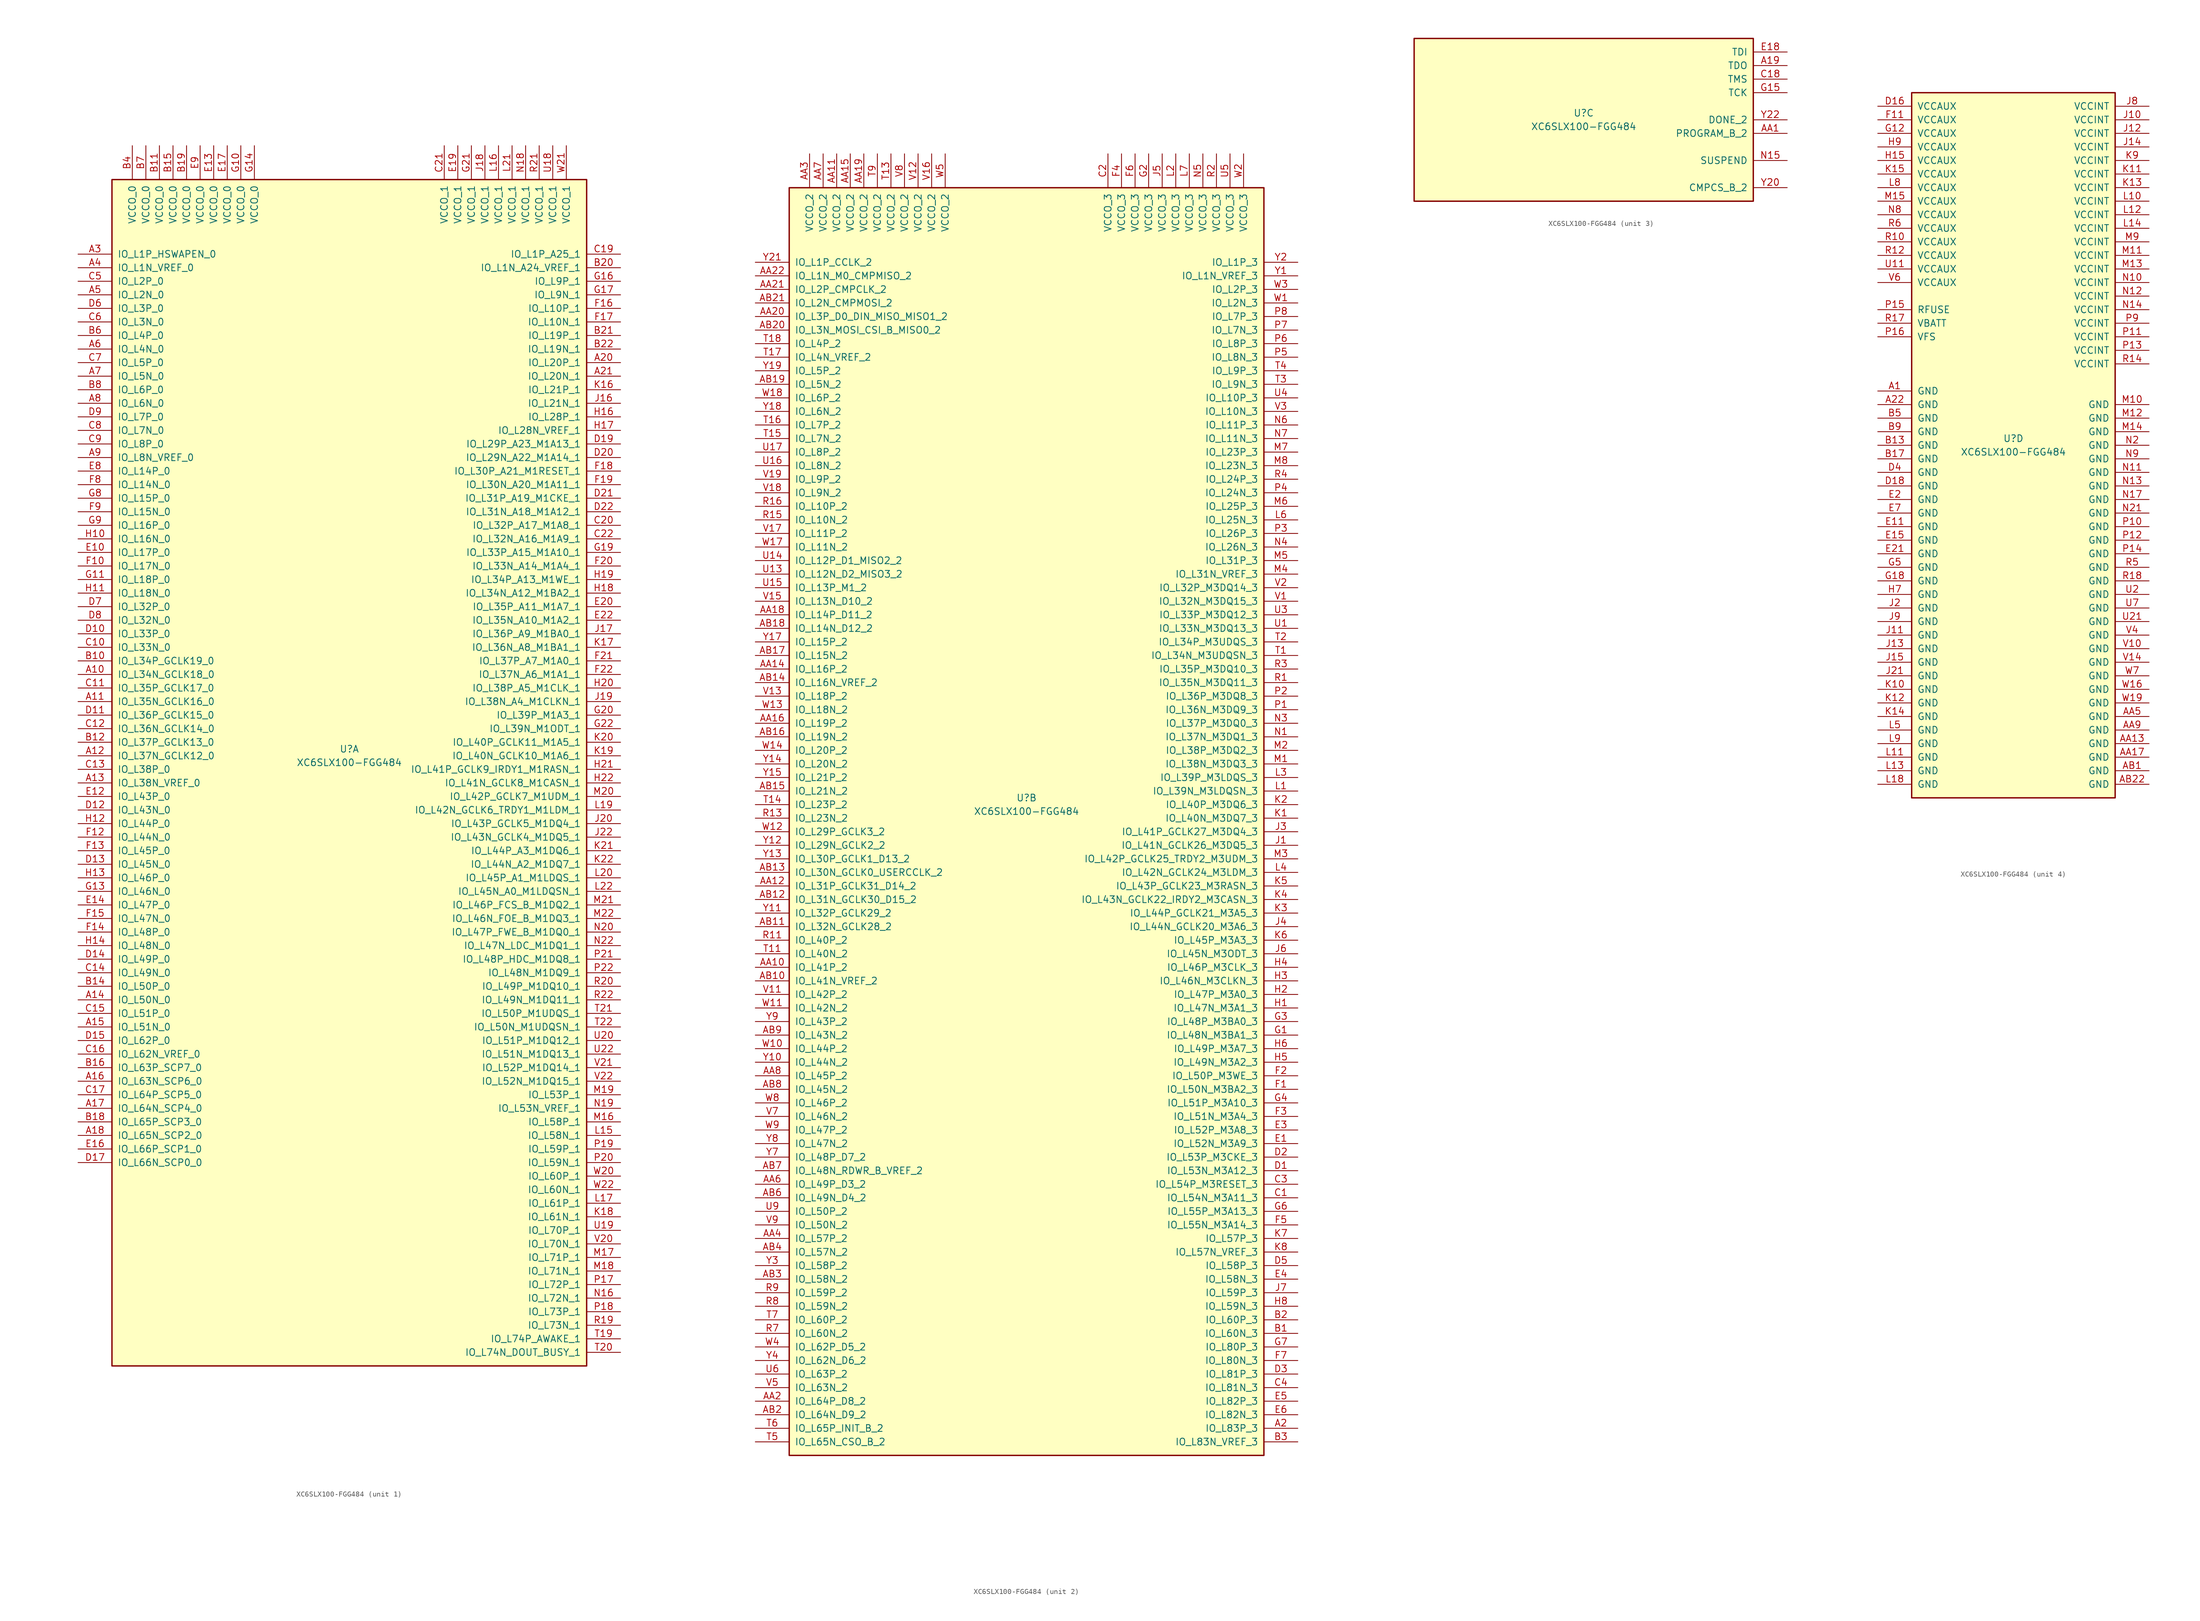
<source format=kicad_sym>
(kicad_symbol_lib
  (version 20201005)
  (generator kicad_symbol_editor)
  (symbol "XC6SLX100-FGG484"
    (pin_names
      (offset 1.016))
    (property "Reference" "U"
      (at 0 1.27 0)
      (effects (font (size 1.27 1.27))))
    (property "Value" "XC6SLX100-FGG484"
      (at 0 -1.27 0)
      (effects (font (size 1.27 1.27))))
    (property "Datasheet" ""
      (at 0 0 0)
      (effects (font (size 1.27 1.27))))
    (property "ki_locked" ""
      (at 0 0 0)
      (effects (font (size 1.27 1.27))))
    (symbol "XC6SLX100-FGG484_1_1"
      (rectangle (start -44.45 107.95) (end 44.45 -114.3) (stroke (width 0.254)) (fill (type background)))
      (pin power_in line (at -40.64 114.3 270) (length 6.35) (name "VCCO_0" (effects (font (size 1.27 1.27)))) (number "B4" (effects (font (size 1.27 1.27)))))
      (pin power_in line (at -38.1 114.3 270) (length 6.35) (name "VCCO_0" (effects (font (size 1.27 1.27)))) (number "B7" (effects (font (size 1.27 1.27)))))
      (pin power_in line (at -35.56 114.3 270) (length 6.35) (name "VCCO_0" (effects (font (size 1.27 1.27)))) (number "B11" (effects (font (size 1.27 1.27)))))
      (pin power_in line (at -33.02 114.3 270) (length 6.35) (name "VCCO_0" (effects (font (size 1.27 1.27)))) (number "B15" (effects (font (size 1.27 1.27)))))
      (pin power_in line (at -30.48 114.3 270) (length 6.35) (name "VCCO_0" (effects (font (size 1.27 1.27)))) (number "B19" (effects (font (size 1.27 1.27)))))
      (pin power_in line (at -27.94 114.3 270) (length 6.35) (name "VCCO_0" (effects (font (size 1.27 1.27)))) (number "E9" (effects (font (size 1.27 1.27)))))
      (pin power_in line (at -25.4 114.3 270) (length 6.35) (name "VCCO_0" (effects (font (size 1.27 1.27)))) (number "E13" (effects (font (size 1.27 1.27)))))
      (pin power_in line (at -22.86 114.3 270) (length 6.35) (name "VCCO_0" (effects (font (size 1.27 1.27)))) (number "E17" (effects (font (size 1.27 1.27)))))
      (pin power_in line (at -20.32 114.3 270) (length 6.35) (name "VCCO_0" (effects (font (size 1.27 1.27)))) (number "G10" (effects (font (size 1.27 1.27)))))
      (pin power_in line (at -17.78 114.3 270) (length 6.35) (name "VCCO_0" (effects (font (size 1.27 1.27)))) (number "G14" (effects (font (size 1.27 1.27)))))
      (pin bidirectional line (at -50.8 93.98 0) (length 6.35) (name "IO_L1P_HSWAPEN_0" (effects (font (size 1.27 1.27)))) (number "A3" (effects (font (size 1.27 1.27)))))
      (pin bidirectional line (at -50.8 91.44 0) (length 6.35) (name "IO_L1N_VREF_0" (effects (font (size 1.27 1.27)))) (number "A4" (effects (font (size 1.27 1.27)))))
      (pin bidirectional line (at -50.8 88.9 0) (length 6.35) (name "IO_L2P_0" (effects (font (size 1.27 1.27)))) (number "C5" (effects (font (size 1.27 1.27)))))
      (pin bidirectional line (at -50.8 86.36 0) (length 6.35) (name "IO_L2N_0" (effects (font (size 1.27 1.27)))) (number "A5" (effects (font (size 1.27 1.27)))))
      (pin bidirectional line (at -50.8 83.82 0) (length 6.35) (name "IO_L3P_0" (effects (font (size 1.27 1.27)))) (number "D6" (effects (font (size 1.27 1.27)))))
      (pin bidirectional line (at -50.8 81.28 0) (length 6.35) (name "IO_L3N_0" (effects (font (size 1.27 1.27)))) (number "C6" (effects (font (size 1.27 1.27)))))
      (pin bidirectional line (at -50.8 78.74 0) (length 6.35) (name "IO_L4P_0" (effects (font (size 1.27 1.27)))) (number "B6" (effects (font (size 1.27 1.27)))))
      (pin bidirectional line (at -50.8 76.2 0) (length 6.35) (name "IO_L4N_0" (effects (font (size 1.27 1.27)))) (number "A6" (effects (font (size 1.27 1.27)))))
      (pin bidirectional line (at -50.8 73.66 0) (length 6.35) (name "IO_L5P_0" (effects (font (size 1.27 1.27)))) (number "C7" (effects (font (size 1.27 1.27)))))
      (pin bidirectional line (at -50.8 71.12 0) (length 6.35) (name "IO_L5N_0" (effects (font (size 1.27 1.27)))) (number "A7" (effects (font (size 1.27 1.27)))))
      (pin bidirectional line (at -50.8 68.58 0) (length 6.35) (name "IO_L6P_0" (effects (font (size 1.27 1.27)))) (number "B8" (effects (font (size 1.27 1.27)))))
      (pin bidirectional line (at -50.8 66.04 0) (length 6.35) (name "IO_L6N_0" (effects (font (size 1.27 1.27)))) (number "A8" (effects (font (size 1.27 1.27)))))
      (pin bidirectional line (at -50.8 63.5 0) (length 6.35) (name "IO_L7P_0" (effects (font (size 1.27 1.27)))) (number "D9" (effects (font (size 1.27 1.27)))))
      (pin bidirectional line (at -50.8 60.96 0) (length 6.35) (name "IO_L7N_0" (effects (font (size 1.27 1.27)))) (number "C8" (effects (font (size 1.27 1.27)))))
      (pin bidirectional line (at -50.8 58.42 0) (length 6.35) (name "IO_L8P_0" (effects (font (size 1.27 1.27)))) (number "C9" (effects (font (size 1.27 1.27)))))
      (pin bidirectional line (at -50.8 55.88 0) (length 6.35) (name "IO_L8N_VREF_0" (effects (font (size 1.27 1.27)))) (number "A9" (effects (font (size 1.27 1.27)))))
      (pin bidirectional line (at -50.8 53.34 0) (length 6.35) (name "IO_L14P_0" (effects (font (size 1.27 1.27)))) (number "E8" (effects (font (size 1.27 1.27)))))
      (pin bidirectional line (at -50.8 50.8 0) (length 6.35) (name "IO_L14N_0" (effects (font (size 1.27 1.27)))) (number "F8" (effects (font (size 1.27 1.27)))))
      (pin bidirectional line (at -50.8 48.26 0) (length 6.35) (name "IO_L15P_0" (effects (font (size 1.27 1.27)))) (number "G8" (effects (font (size 1.27 1.27)))))
      (pin bidirectional line (at -50.8 45.72 0) (length 6.35) (name "IO_L15N_0" (effects (font (size 1.27 1.27)))) (number "F9" (effects (font (size 1.27 1.27)))))
      (pin bidirectional line (at -50.8 43.18 0) (length 6.35) (name "IO_L16P_0" (effects (font (size 1.27 1.27)))) (number "G9" (effects (font (size 1.27 1.27)))))
      (pin bidirectional line (at -50.8 40.64 0) (length 6.35) (name "IO_L16N_0" (effects (font (size 1.27 1.27)))) (number "H10" (effects (font (size 1.27 1.27)))))
      (pin bidirectional line (at -50.8 38.1 0) (length 6.35) (name "IO_L17P_0" (effects (font (size 1.27 1.27)))) (number "E10" (effects (font (size 1.27 1.27)))))
      (pin bidirectional line (at -50.8 35.56 0) (length 6.35) (name "IO_L17N_0" (effects (font (size 1.27 1.27)))) (number "F10" (effects (font (size 1.27 1.27)))))
      (pin bidirectional line (at -50.8 33.02 0) (length 6.35) (name "IO_L18P_0" (effects (font (size 1.27 1.27)))) (number "G11" (effects (font (size 1.27 1.27)))))
      (pin bidirectional line (at -50.8 30.48 0) (length 6.35) (name "IO_L18N_0" (effects (font (size 1.27 1.27)))) (number "H11" (effects (font (size 1.27 1.27)))))
      (pin bidirectional line (at -50.8 27.94 0) (length 6.35) (name "IO_L32P_0" (effects (font (size 1.27 1.27)))) (number "D7" (effects (font (size 1.27 1.27)))))
      (pin bidirectional line (at -50.8 25.4 0) (length 6.35) (name "IO_L32N_0" (effects (font (size 1.27 1.27)))) (number "D8" (effects (font (size 1.27 1.27)))))
      (pin bidirectional line (at -50.8 22.86 0) (length 6.35) (name "IO_L33P_0" (effects (font (size 1.27 1.27)))) (number "D10" (effects (font (size 1.27 1.27)))))
      (pin bidirectional line (at -50.8 20.32 0) (length 6.35) (name "IO_L33N_0" (effects (font (size 1.27 1.27)))) (number "C10" (effects (font (size 1.27 1.27)))))
      (pin bidirectional line (at -50.8 17.78 0) (length 6.35) (name "IO_L34P_GCLK19_0" (effects (font (size 1.27 1.27)))) (number "B10" (effects (font (size 1.27 1.27)))))
      (pin bidirectional line (at -50.8 15.24 0) (length 6.35) (name "IO_L34N_GCLK18_0" (effects (font (size 1.27 1.27)))) (number "A10" (effects (font (size 1.27 1.27)))))
      (pin bidirectional line (at -50.8 12.7 0) (length 6.35) (name "IO_L35P_GCLK17_0" (effects (font (size 1.27 1.27)))) (number "C11" (effects (font (size 1.27 1.27)))))
      (pin bidirectional line (at -50.8 10.16 0) (length 6.35) (name "IO_L35N_GCLK16_0" (effects (font (size 1.27 1.27)))) (number "A11" (effects (font (size 1.27 1.27)))))
      (pin bidirectional line (at -50.8 7.62 0) (length 6.35) (name "IO_L36P_GCLK15_0" (effects (font (size 1.27 1.27)))) (number "D11" (effects (font (size 1.27 1.27)))))
      (pin bidirectional line (at -50.8 5.08 0) (length 6.35) (name "IO_L36N_GCLK14_0" (effects (font (size 1.27 1.27)))) (number "C12" (effects (font (size 1.27 1.27)))))
      (pin bidirectional line (at -50.8 2.54 0) (length 6.35) (name "IO_L37P_GCLK13_0" (effects (font (size 1.27 1.27)))) (number "B12" (effects (font (size 1.27 1.27)))))
      (pin bidirectional line (at -50.8 0 0) (length 6.35) (name "IO_L37N_GCLK12_0" (effects (font (size 1.27 1.27)))) (number "A12" (effects (font (size 1.27 1.27)))))
      (pin bidirectional line (at -50.8 -2.54 0) (length 6.35) (name "IO_L38P_0" (effects (font (size 1.27 1.27)))) (number "C13" (effects (font (size 1.27 1.27)))))
      (pin bidirectional line (at -50.8 -5.08 0) (length 6.35) (name "IO_L38N_VREF_0" (effects (font (size 1.27 1.27)))) (number "A13" (effects (font (size 1.27 1.27)))))
      (pin bidirectional line (at -50.8 -7.62 0) (length 6.35) (name "IO_L43P_0" (effects (font (size 1.27 1.27)))) (number "E12" (effects (font (size 1.27 1.27)))))
      (pin bidirectional line (at -50.8 -10.16 0) (length 6.35) (name "IO_L43N_0" (effects (font (size 1.27 1.27)))) (number "D12" (effects (font (size 1.27 1.27)))))
      (pin bidirectional line (at -50.8 -12.7 0) (length 6.35) (name "IO_L44P_0" (effects (font (size 1.27 1.27)))) (number "H12" (effects (font (size 1.27 1.27)))))
      (pin bidirectional line (at -50.8 -15.24 0) (length 6.35) (name "IO_L44N_0" (effects (font (size 1.27 1.27)))) (number "F12" (effects (font (size 1.27 1.27)))))
      (pin bidirectional line (at -50.8 -17.78 0) (length 6.35) (name "IO_L45P_0" (effects (font (size 1.27 1.27)))) (number "F13" (effects (font (size 1.27 1.27)))))
      (pin bidirectional line (at -50.8 -20.32 0) (length 6.35) (name "IO_L45N_0" (effects (font (size 1.27 1.27)))) (number "D13" (effects (font (size 1.27 1.27)))))
      (pin bidirectional line (at -50.8 -22.86 0) (length 6.35) (name "IO_L46P_0" (effects (font (size 1.27 1.27)))) (number "H13" (effects (font (size 1.27 1.27)))))
      (pin bidirectional line (at -50.8 -25.4 0) (length 6.35) (name "IO_L46N_0" (effects (font (size 1.27 1.27)))) (number "G13" (effects (font (size 1.27 1.27)))))
      (pin bidirectional line (at -50.8 -27.94 0) (length 6.35) (name "IO_L47P_0" (effects (font (size 1.27 1.27)))) (number "E14" (effects (font (size 1.27 1.27)))))
      (pin bidirectional line (at -50.8 -30.48 0) (length 6.35) (name "IO_L47N_0" (effects (font (size 1.27 1.27)))) (number "F15" (effects (font (size 1.27 1.27)))))
      (pin bidirectional line (at -50.8 -33.02 0) (length 6.35) (name "IO_L48P_0" (effects (font (size 1.27 1.27)))) (number "F14" (effects (font (size 1.27 1.27)))))
      (pin bidirectional line (at -50.8 -35.56 0) (length 6.35) (name "IO_L48N_0" (effects (font (size 1.27 1.27)))) (number "H14" (effects (font (size 1.27 1.27)))))
      (pin bidirectional line (at -50.8 -38.1 0) (length 6.35) (name "IO_L49P_0" (effects (font (size 1.27 1.27)))) (number "D14" (effects (font (size 1.27 1.27)))))
      (pin bidirectional line (at -50.8 -40.64 0) (length 6.35) (name "IO_L49N_0" (effects (font (size 1.27 1.27)))) (number "C14" (effects (font (size 1.27 1.27)))))
      (pin bidirectional line (at -50.8 -43.18 0) (length 6.35) (name "IO_L50P_0" (effects (font (size 1.27 1.27)))) (number "B14" (effects (font (size 1.27 1.27)))))
      (pin bidirectional line (at -50.8 -45.72 0) (length 6.35) (name "IO_L50N_0" (effects (font (size 1.27 1.27)))) (number "A14" (effects (font (size 1.27 1.27)))))
      (pin bidirectional line (at -50.8 -48.26 0) (length 6.35) (name "IO_L51P_0" (effects (font (size 1.27 1.27)))) (number "C15" (effects (font (size 1.27 1.27)))))
      (pin bidirectional line (at -50.8 -50.8 0) (length 6.35) (name "IO_L51N_0" (effects (font (size 1.27 1.27)))) (number "A15" (effects (font (size 1.27 1.27)))))
      (pin bidirectional line (at -50.8 -53.34 0) (length 6.35) (name "IO_L62P_0" (effects (font (size 1.27 1.27)))) (number "D15" (effects (font (size 1.27 1.27)))))
      (pin bidirectional line (at -50.8 -55.88 0) (length 6.35) (name "IO_L62N_VREF_0" (effects (font (size 1.27 1.27)))) (number "C16" (effects (font (size 1.27 1.27)))))
      (pin bidirectional line (at -50.8 -58.42 0) (length 6.35) (name "IO_L63P_SCP7_0" (effects (font (size 1.27 1.27)))) (number "B16" (effects (font (size 1.27 1.27)))))
      (pin bidirectional line (at -50.8 -60.96 0) (length 6.35) (name "IO_L63N_SCP6_0" (effects (font (size 1.27 1.27)))) (number "A16" (effects (font (size 1.27 1.27)))))
      (pin bidirectional line (at -50.8 -63.5 0) (length 6.35) (name "IO_L64P_SCP5_0" (effects (font (size 1.27 1.27)))) (number "C17" (effects (font (size 1.27 1.27)))))
      (pin bidirectional line (at -50.8 -66.04 0) (length 6.35) (name "IO_L64N_SCP4_0" (effects (font (size 1.27 1.27)))) (number "A17" (effects (font (size 1.27 1.27)))))
      (pin bidirectional line (at -50.8 -68.58 0) (length 6.35) (name "IO_L65P_SCP3_0" (effects (font (size 1.27 1.27)))) (number "B18" (effects (font (size 1.27 1.27)))))
      (pin bidirectional line (at -50.8 -71.12 0) (length 6.35) (name "IO_L65N_SCP2_0" (effects (font (size 1.27 1.27)))) (number "A18" (effects (font (size 1.27 1.27)))))
      (pin bidirectional line (at -50.8 -73.66 0) (length 6.35) (name "IO_L66P_SCP1_0" (effects (font (size 1.27 1.27)))) (number "E16" (effects (font (size 1.27 1.27)))))
      (pin bidirectional line (at -50.8 -76.2 0) (length 6.35) (name "IO_L66N_SCP0_0" (effects (font (size 1.27 1.27)))) (number "D17" (effects (font (size 1.27 1.27)))))
      (pin power_in line (at 17.78 114.3 270) (length 6.35) (name "VCCO_1" (effects (font (size 1.27 1.27)))) (number "C21" (effects (font (size 1.27 1.27)))))
      (pin power_in line (at 20.32 114.3 270) (length 6.35) (name "VCCO_1" (effects (font (size 1.27 1.27)))) (number "E19" (effects (font (size 1.27 1.27)))))
      (pin power_in line (at 22.86 114.3 270) (length 6.35) (name "VCCO_1" (effects (font (size 1.27 1.27)))) (number "G21" (effects (font (size 1.27 1.27)))))
      (pin power_in line (at 25.4 114.3 270) (length 6.35) (name "VCCO_1" (effects (font (size 1.27 1.27)))) (number "J18" (effects (font (size 1.27 1.27)))))
      (pin power_in line (at 27.94 114.3 270) (length 6.35) (name "VCCO_1" (effects (font (size 1.27 1.27)))) (number "L16" (effects (font (size 1.27 1.27)))))
      (pin power_in line (at 30.48 114.3 270) (length 6.35) (name "VCCO_1" (effects (font (size 1.27 1.27)))) (number "L21" (effects (font (size 1.27 1.27)))))
      (pin power_in line (at 33.02 114.3 270) (length 6.35) (name "VCCO_1" (effects (font (size 1.27 1.27)))) (number "N18" (effects (font (size 1.27 1.27)))))
      (pin power_in line (at 35.56 114.3 270) (length 6.35) (name "VCCO_1" (effects (font (size 1.27 1.27)))) (number "R21" (effects (font (size 1.27 1.27)))))
      (pin power_in line (at 38.1 114.3 270) (length 6.35) (name "VCCO_1" (effects (font (size 1.27 1.27)))) (number "U18" (effects (font (size 1.27 1.27)))))
      (pin power_in line (at 40.64 114.3 270) (length 6.35) (name "VCCO_1" (effects (font (size 1.27 1.27)))) (number "W21" (effects (font (size 1.27 1.27)))))
      (pin bidirectional line (at 50.8 93.98 180) (length 6.35) (name "IO_L1P_A25_1" (effects (font (size 1.27 1.27)))) (number "C19" (effects (font (size 1.27 1.27)))))
      (pin bidirectional line (at 50.8 91.44 180) (length 6.35) (name "IO_L1N_A24_VREF_1" (effects (font (size 1.27 1.27)))) (number "B20" (effects (font (size 1.27 1.27)))))
      (pin bidirectional line (at 50.8 88.9 180) (length 6.35) (name "IO_L9P_1" (effects (font (size 1.27 1.27)))) (number "G16" (effects (font (size 1.27 1.27)))))
      (pin bidirectional line (at 50.8 86.36 180) (length 6.35) (name "IO_L9N_1" (effects (font (size 1.27 1.27)))) (number "G17" (effects (font (size 1.27 1.27)))))
      (pin bidirectional line (at 50.8 83.82 180) (length 6.35) (name "IO_L10P_1" (effects (font (size 1.27 1.27)))) (number "F16" (effects (font (size 1.27 1.27)))))
      (pin bidirectional line (at 50.8 81.28 180) (length 6.35) (name "IO_L10N_1" (effects (font (size 1.27 1.27)))) (number "F17" (effects (font (size 1.27 1.27)))))
      (pin bidirectional line (at 50.8 78.74 180) (length 6.35) (name "IO_L19P_1" (effects (font (size 1.27 1.27)))) (number "B21" (effects (font (size 1.27 1.27)))))
      (pin bidirectional line (at 50.8 76.2 180) (length 6.35) (name "IO_L19N_1" (effects (font (size 1.27 1.27)))) (number "B22" (effects (font (size 1.27 1.27)))))
      (pin bidirectional line (at 50.8 73.66 180) (length 6.35) (name "IO_L20P_1" (effects (font (size 1.27 1.27)))) (number "A20" (effects (font (size 1.27 1.27)))))
      (pin bidirectional line (at 50.8 71.12 180) (length 6.35) (name "IO_L20N_1" (effects (font (size 1.27 1.27)))) (number "A21" (effects (font (size 1.27 1.27)))))
      (pin bidirectional line (at 50.8 68.58 180) (length 6.35) (name "IO_L21P_1" (effects (font (size 1.27 1.27)))) (number "K16" (effects (font (size 1.27 1.27)))))
      (pin bidirectional line (at 50.8 66.04 180) (length 6.35) (name "IO_L21N_1" (effects (font (size 1.27 1.27)))) (number "J16" (effects (font (size 1.27 1.27)))))
      (pin bidirectional line (at 50.8 63.5 180) (length 6.35) (name "IO_L28P_1" (effects (font (size 1.27 1.27)))) (number "H16" (effects (font (size 1.27 1.27)))))
      (pin bidirectional line (at 50.8 60.96 180) (length 6.35) (name "IO_L28N_VREF_1" (effects (font (size 1.27 1.27)))) (number "H17" (effects (font (size 1.27 1.27)))))
      (pin bidirectional line (at 50.8 58.42 180) (length 6.35) (name "IO_L29P_A23_M1A13_1" (effects (font (size 1.27 1.27)))) (number "D19" (effects (font (size 1.27 1.27)))))
      (pin bidirectional line (at 50.8 55.88 180) (length 6.35) (name "IO_L29N_A22_M1A14_1" (effects (font (size 1.27 1.27)))) (number "D20" (effects (font (size 1.27 1.27)))))
      (pin bidirectional line (at 50.8 53.34 180) (length 6.35) (name "IO_L30P_A21_M1RESET_1" (effects (font (size 1.27 1.27)))) (number "F18" (effects (font (size 1.27 1.27)))))
      (pin bidirectional line (at 50.8 50.8 180) (length 6.35) (name "IO_L30N_A20_M1A11_1" (effects (font (size 1.27 1.27)))) (number "F19" (effects (font (size 1.27 1.27)))))
      (pin bidirectional line (at 50.8 48.26 180) (length 6.35) (name "IO_L31P_A19_M1CKE_1" (effects (font (size 1.27 1.27)))) (number "D21" (effects (font (size 1.27 1.27)))))
      (pin bidirectional line (at 50.8 45.72 180) (length 6.35) (name "IO_L31N_A18_M1A12_1" (effects (font (size 1.27 1.27)))) (number "D22" (effects (font (size 1.27 1.27)))))
      (pin bidirectional line (at 50.8 43.18 180) (length 6.35) (name "IO_L32P_A17_M1A8_1" (effects (font (size 1.27 1.27)))) (number "C20" (effects (font (size 1.27 1.27)))))
      (pin bidirectional line (at 50.8 40.64 180) (length 6.35) (name "IO_L32N_A16_M1A9_1" (effects (font (size 1.27 1.27)))) (number "C22" (effects (font (size 1.27 1.27)))))
      (pin bidirectional line (at 50.8 38.1 180) (length 6.35) (name "IO_L33P_A15_M1A10_1" (effects (font (size 1.27 1.27)))) (number "G19" (effects (font (size 1.27 1.27)))))
      (pin bidirectional line (at 50.8 35.56 180) (length 6.35) (name "IO_L33N_A14_M1A4_1" (effects (font (size 1.27 1.27)))) (number "F20" (effects (font (size 1.27 1.27)))))
      (pin bidirectional line (at 50.8 33.02 180) (length 6.35) (name "IO_L34P_A13_M1WE_1" (effects (font (size 1.27 1.27)))) (number "H19" (effects (font (size 1.27 1.27)))))
      (pin bidirectional line (at 50.8 30.48 180) (length 6.35) (name "IO_L34N_A12_M1BA2_1" (effects (font (size 1.27 1.27)))) (number "H18" (effects (font (size 1.27 1.27)))))
      (pin bidirectional line (at 50.8 27.94 180) (length 6.35) (name "IO_L35P_A11_M1A7_1" (effects (font (size 1.27 1.27)))) (number "E20" (effects (font (size 1.27 1.27)))))
      (pin bidirectional line (at 50.8 25.4 180) (length 6.35) (name "IO_L35N_A10_M1A2_1" (effects (font (size 1.27 1.27)))) (number "E22" (effects (font (size 1.27 1.27)))))
      (pin bidirectional line (at 50.8 22.86 180) (length 6.35) (name "IO_L36P_A9_M1BA0_1" (effects (font (size 1.27 1.27)))) (number "J17" (effects (font (size 1.27 1.27)))))
      (pin bidirectional line (at 50.8 20.32 180) (length 6.35) (name "IO_L36N_A8_M1BA1_1" (effects (font (size 1.27 1.27)))) (number "K17" (effects (font (size 1.27 1.27)))))
      (pin bidirectional line (at 50.8 17.78 180) (length 6.35) (name "IO_L37P_A7_M1A0_1" (effects (font (size 1.27 1.27)))) (number "F21" (effects (font (size 1.27 1.27)))))
      (pin bidirectional line (at 50.8 15.24 180) (length 6.35) (name "IO_L37N_A6_M1A1_1" (effects (font (size 1.27 1.27)))) (number "F22" (effects (font (size 1.27 1.27)))))
      (pin bidirectional line (at 50.8 12.7 180) (length 6.35) (name "IO_L38P_A5_M1CLK_1" (effects (font (size 1.27 1.27)))) (number "H20" (effects (font (size 1.27 1.27)))))
      (pin bidirectional line (at 50.8 10.16 180) (length 6.35) (name "IO_L38N_A4_M1CLKN_1" (effects (font (size 1.27 1.27)))) (number "J19" (effects (font (size 1.27 1.27)))))
      (pin bidirectional line (at 50.8 7.62 180) (length 6.35) (name "IO_L39P_M1A3_1" (effects (font (size 1.27 1.27)))) (number "G20" (effects (font (size 1.27 1.27)))))
      (pin bidirectional line (at 50.8 5.08 180) (length 6.35) (name "IO_L39N_M1ODT_1" (effects (font (size 1.27 1.27)))) (number "G22" (effects (font (size 1.27 1.27)))))
      (pin bidirectional line (at 50.8 2.54 180) (length 6.35) (name "IO_L40P_GCLK11_M1A5_1" (effects (font (size 1.27 1.27)))) (number "K20" (effects (font (size 1.27 1.27)))))
      (pin bidirectional line (at 50.8 0 180) (length 6.35) (name "IO_L40N_GCLK10_M1A6_1" (effects (font (size 1.27 1.27)))) (number "K19" (effects (font (size 1.27 1.27)))))
      (pin bidirectional line (at 50.8 -2.54 180) (length 6.35) (name "IO_L41P_GCLK9_IRDY1_M1RASN_1" (effects (font (size 1.27 1.27)))) (number "H21" (effects (font (size 1.27 1.27)))))
      (pin bidirectional line (at 50.8 -5.08 180) (length 6.35) (name "IO_L41N_GCLK8_M1CASN_1" (effects (font (size 1.27 1.27)))) (number "H22" (effects (font (size 1.27 1.27)))))
      (pin bidirectional line (at 50.8 -7.62 180) (length 6.35) (name "IO_L42P_GCLK7_M1UDM_1" (effects (font (size 1.27 1.27)))) (number "M20" (effects (font (size 1.27 1.27)))))
      (pin bidirectional line (at 50.8 -10.16 180) (length 6.35) (name "IO_L42N_GCLK6_TRDY1_M1LDM_1" (effects (font (size 1.27 1.27)))) (number "L19" (effects (font (size 1.27 1.27)))))
      (pin bidirectional line (at 50.8 -12.7 180) (length 6.35) (name "IO_L43P_GCLK5_M1DQ4_1" (effects (font (size 1.27 1.27)))) (number "J20" (effects (font (size 1.27 1.27)))))
      (pin bidirectional line (at 50.8 -15.24 180) (length 6.35) (name "IO_L43N_GCLK4_M1DQ5_1" (effects (font (size 1.27 1.27)))) (number "J22" (effects (font (size 1.27 1.27)))))
      (pin bidirectional line (at 50.8 -17.78 180) (length 6.35) (name "IO_L44P_A3_M1DQ6_1" (effects (font (size 1.27 1.27)))) (number "K21" (effects (font (size 1.27 1.27)))))
      (pin bidirectional line (at 50.8 -20.32 180) (length 6.35) (name "IO_L44N_A2_M1DQ7_1" (effects (font (size 1.27 1.27)))) (number "K22" (effects (font (size 1.27 1.27)))))
      (pin bidirectional line (at 50.8 -22.86 180) (length 6.35) (name "IO_L45P_A1_M1LDQS_1" (effects (font (size 1.27 1.27)))) (number "L20" (effects (font (size 1.27 1.27)))))
      (pin bidirectional line (at 50.8 -25.4 180) (length 6.35) (name "IO_L45N_A0_M1LDQSN_1" (effects (font (size 1.27 1.27)))) (number "L22" (effects (font (size 1.27 1.27)))))
      (pin bidirectional line (at 50.8 -27.94 180) (length 6.35) (name "IO_L46P_FCS_B_M1DQ2_1" (effects (font (size 1.27 1.27)))) (number "M21" (effects (font (size 1.27 1.27)))))
      (pin bidirectional line (at 50.8 -30.48 180) (length 6.35) (name "IO_L46N_FOE_B_M1DQ3_1" (effects (font (size 1.27 1.27)))) (number "M22" (effects (font (size 1.27 1.27)))))
      (pin bidirectional line (at 50.8 -33.02 180) (length 6.35) (name "IO_L47P_FWE_B_M1DQ0_1" (effects (font (size 1.27 1.27)))) (number "N20" (effects (font (size 1.27 1.27)))))
      (pin bidirectional line (at 50.8 -35.56 180) (length 6.35) (name "IO_L47N_LDC_M1DQ1_1" (effects (font (size 1.27 1.27)))) (number "N22" (effects (font (size 1.27 1.27)))))
      (pin bidirectional line (at 50.8 -38.1 180) (length 6.35) (name "IO_L48P_HDC_M1DQ8_1" (effects (font (size 1.27 1.27)))) (number "P21" (effects (font (size 1.27 1.27)))))
      (pin bidirectional line (at 50.8 -40.64 180) (length 6.35) (name "IO_L48N_M1DQ9_1" (effects (font (size 1.27 1.27)))) (number "P22" (effects (font (size 1.27 1.27)))))
      (pin bidirectional line (at 50.8 -43.18 180) (length 6.35) (name "IO_L49P_M1DQ10_1" (effects (font (size 1.27 1.27)))) (number "R20" (effects (font (size 1.27 1.27)))))
      (pin bidirectional line (at 50.8 -45.72 180) (length 6.35) (name "IO_L49N_M1DQ11_1" (effects (font (size 1.27 1.27)))) (number "R22" (effects (font (size 1.27 1.27)))))
      (pin bidirectional line (at 50.8 -48.26 180) (length 6.35) (name "IO_L50P_M1UDQS_1" (effects (font (size 1.27 1.27)))) (number "T21" (effects (font (size 1.27 1.27)))))
      (pin bidirectional line (at 50.8 -50.8 180) (length 6.35) (name "IO_L50N_M1UDQSN_1" (effects (font (size 1.27 1.27)))) (number "T22" (effects (font (size 1.27 1.27)))))
      (pin bidirectional line (at 50.8 -53.34 180) (length 6.35) (name "IO_L51P_M1DQ12_1" (effects (font (size 1.27 1.27)))) (number "U20" (effects (font (size 1.27 1.27)))))
      (pin bidirectional line (at 50.8 -55.88 180) (length 6.35) (name "IO_L51N_M1DQ13_1" (effects (font (size 1.27 1.27)))) (number "U22" (effects (font (size 1.27 1.27)))))
      (pin bidirectional line (at 50.8 -58.42 180) (length 6.35) (name "IO_L52P_M1DQ14_1" (effects (font (size 1.27 1.27)))) (number "V21" (effects (font (size 1.27 1.27)))))
      (pin bidirectional line (at 50.8 -60.96 180) (length 6.35) (name "IO_L52N_M1DQ15_1" (effects (font (size 1.27 1.27)))) (number "V22" (effects (font (size 1.27 1.27)))))
      (pin bidirectional line (at 50.8 -63.5 180) (length 6.35) (name "IO_L53P_1" (effects (font (size 1.27 1.27)))) (number "M19" (effects (font (size 1.27 1.27)))))
      (pin bidirectional line (at 50.8 -66.04 180) (length 6.35) (name "IO_L53N_VREF_1" (effects (font (size 1.27 1.27)))) (number "N19" (effects (font (size 1.27 1.27)))))
      (pin bidirectional line (at 50.8 -68.58 180) (length 6.35) (name "IO_L58P_1" (effects (font (size 1.27 1.27)))) (number "M16" (effects (font (size 1.27 1.27)))))
      (pin bidirectional line (at 50.8 -71.12 180) (length 6.35) (name "IO_L58N_1" (effects (font (size 1.27 1.27)))) (number "L15" (effects (font (size 1.27 1.27)))))
      (pin bidirectional line (at 50.8 -73.66 180) (length 6.35) (name "IO_L59P_1" (effects (font (size 1.27 1.27)))) (number "P19" (effects (font (size 1.27 1.27)))))
      (pin bidirectional line (at 50.8 -76.2 180) (length 6.35) (name "IO_L59N_1" (effects (font (size 1.27 1.27)))) (number "P20" (effects (font (size 1.27 1.27)))))
      (pin bidirectional line (at 50.8 -78.74 180) (length 6.35) (name "IO_L60P_1" (effects (font (size 1.27 1.27)))) (number "W20" (effects (font (size 1.27 1.27)))))
      (pin bidirectional line (at 50.8 -81.28 180) (length 6.35) (name "IO_L60N_1" (effects (font (size 1.27 1.27)))) (number "W22" (effects (font (size 1.27 1.27)))))
      (pin bidirectional line (at 50.8 -83.82 180) (length 6.35) (name "IO_L61P_1" (effects (font (size 1.27 1.27)))) (number "L17" (effects (font (size 1.27 1.27)))))
      (pin bidirectional line (at 50.8 -86.36 180) (length 6.35) (name "IO_L61N_1" (effects (font (size 1.27 1.27)))) (number "K18" (effects (font (size 1.27 1.27)))))
      (pin bidirectional line (at 50.8 -88.9 180) (length 6.35) (name "IO_L70P_1" (effects (font (size 1.27 1.27)))) (number "U19" (effects (font (size 1.27 1.27)))))
      (pin bidirectional line (at 50.8 -91.44 180) (length 6.35) (name "IO_L70N_1" (effects (font (size 1.27 1.27)))) (number "V20" (effects (font (size 1.27 1.27)))))
      (pin bidirectional line (at 50.8 -93.98 180) (length 6.35) (name "IO_L71P_1" (effects (font (size 1.27 1.27)))) (number "M17" (effects (font (size 1.27 1.27)))))
      (pin bidirectional line (at 50.8 -96.52 180) (length 6.35) (name "IO_L71N_1" (effects (font (size 1.27 1.27)))) (number "M18" (effects (font (size 1.27 1.27)))))
      (pin bidirectional line (at 50.8 -99.06 180) (length 6.35) (name "IO_L72P_1" (effects (font (size 1.27 1.27)))) (number "P17" (effects (font (size 1.27 1.27)))))
      (pin bidirectional line (at 50.8 -101.6 180) (length 6.35) (name "IO_L72N_1" (effects (font (size 1.27 1.27)))) (number "N16" (effects (font (size 1.27 1.27)))))
      (pin bidirectional line (at 50.8 -104.14 180) (length 6.35) (name "IO_L73P_1" (effects (font (size 1.27 1.27)))) (number "P18" (effects (font (size 1.27 1.27)))))
      (pin bidirectional line (at 50.8 -106.68 180) (length 6.35) (name "IO_L73N_1" (effects (font (size 1.27 1.27)))) (number "R19" (effects (font (size 1.27 1.27)))))
      (pin bidirectional line (at 50.8 -109.22 180) (length 6.35) (name "IO_L74P_AWAKE_1" (effects (font (size 1.27 1.27)))) (number "T19" (effects (font (size 1.27 1.27)))))
      (pin bidirectional line (at 50.8 -111.76 180) (length 6.35) (name "IO_L74N_DOUT_BUSY_1" (effects (font (size 1.27 1.27)))) (number "T20" (effects (font (size 1.27 1.27))))))
    (symbol "XC6SLX100-FGG484_2_1"
      (rectangle (start -44.45 115.57) (end 44.45 -121.92) (stroke (width 0.254)) (fill (type background)))
      (pin power_in line (at -40.64 121.92 270) (length 6.35) (name "VCCO_2" (effects (font (size 1.27 1.27)))) (number "AA3" (effects (font (size 1.27 1.27)))))
      (pin power_in line (at -38.1 121.92 270) (length 6.35) (name "VCCO_2" (effects (font (size 1.27 1.27)))) (number "AA7" (effects (font (size 1.27 1.27)))))
      (pin power_in line (at -35.56 121.92 270) (length 6.35) (name "VCCO_2" (effects (font (size 1.27 1.27)))) (number "AA11" (effects (font (size 1.27 1.27)))))
      (pin power_in line (at -33.02 121.92 270) (length 6.35) (name "VCCO_2" (effects (font (size 1.27 1.27)))) (number "AA15" (effects (font (size 1.27 1.27)))))
      (pin power_in line (at -30.48 121.92 270) (length 6.35) (name "VCCO_2" (effects (font (size 1.27 1.27)))) (number "AA19" (effects (font (size 1.27 1.27)))))
      (pin power_in line (at -27.94 121.92 270) (length 6.35) (name "VCCO_2" (effects (font (size 1.27 1.27)))) (number "T9" (effects (font (size 1.27 1.27)))))
      (pin power_in line (at -25.4 121.92 270) (length 6.35) (name "VCCO_2" (effects (font (size 1.27 1.27)))) (number "T13" (effects (font (size 1.27 1.27)))))
      (pin power_in line (at -22.86 121.92 270) (length 6.35) (name "VCCO_2" (effects (font (size 1.27 1.27)))) (number "V8" (effects (font (size 1.27 1.27)))))
      (pin power_in line (at -20.32 121.92 270) (length 6.35) (name "VCCO_2" (effects (font (size 1.27 1.27)))) (number "V12" (effects (font (size 1.27 1.27)))))
      (pin power_in line (at -17.78 121.92 270) (length 6.35) (name "VCCO_2" (effects (font (size 1.27 1.27)))) (number "V16" (effects (font (size 1.27 1.27)))))
      (pin power_in line (at -15.24 121.92 270) (length 6.35) (name "VCCO_2" (effects (font (size 1.27 1.27)))) (number "W5" (effects (font (size 1.27 1.27)))))
      (pin bidirectional line (at -50.8 101.6 0) (length 6.35) (name "IO_L1P_CCLK_2" (effects (font (size 1.27 1.27)))) (number "Y21" (effects (font (size 1.27 1.27)))))
      (pin bidirectional line (at -50.8 99.06 0) (length 6.35) (name "IO_L1N_M0_CMPMISO_2" (effects (font (size 1.27 1.27)))) (number "AA22" (effects (font (size 1.27 1.27)))))
      (pin bidirectional line (at -50.8 96.52 0) (length 6.35) (name "IO_L2P_CMPCLK_2" (effects (font (size 1.27 1.27)))) (number "AA21" (effects (font (size 1.27 1.27)))))
      (pin bidirectional line (at -50.8 93.98 0) (length 6.35) (name "IO_L2N_CMPMOSI_2" (effects (font (size 1.27 1.27)))) (number "AB21" (effects (font (size 1.27 1.27)))))
      (pin bidirectional line (at -50.8 91.44 0) (length 6.35) (name "IO_L3P_D0_DIN_MISO_MISO1_2" (effects (font (size 1.27 1.27)))) (number "AA20" (effects (font (size 1.27 1.27)))))
      (pin bidirectional line (at -50.8 88.9 0) (length 6.35) (name "IO_L3N_MOSI_CSI_B_MISO0_2" (effects (font (size 1.27 1.27)))) (number "AB20" (effects (font (size 1.27 1.27)))))
      (pin bidirectional line (at -50.8 86.36 0) (length 6.35) (name "IO_L4P_2" (effects (font (size 1.27 1.27)))) (number "T18" (effects (font (size 1.27 1.27)))))
      (pin bidirectional line (at -50.8 83.82 0) (length 6.35) (name "IO_L4N_VREF_2" (effects (font (size 1.27 1.27)))) (number "T17" (effects (font (size 1.27 1.27)))))
      (pin bidirectional line (at -50.8 81.28 0) (length 6.35) (name "IO_L5P_2" (effects (font (size 1.27 1.27)))) (number "Y19" (effects (font (size 1.27 1.27)))))
      (pin bidirectional line (at -50.8 78.74 0) (length 6.35) (name "IO_L5N_2" (effects (font (size 1.27 1.27)))) (number "AB19" (effects (font (size 1.27 1.27)))))
      (pin bidirectional line (at -50.8 76.2 0) (length 6.35) (name "IO_L6P_2" (effects (font (size 1.27 1.27)))) (number "W18" (effects (font (size 1.27 1.27)))))
      (pin bidirectional line (at -50.8 73.66 0) (length 6.35) (name "IO_L6N_2" (effects (font (size 1.27 1.27)))) (number "Y18" (effects (font (size 1.27 1.27)))))
      (pin bidirectional line (at -50.8 71.12 0) (length 6.35) (name "IO_L7P_2" (effects (font (size 1.27 1.27)))) (number "T16" (effects (font (size 1.27 1.27)))))
      (pin bidirectional line (at -50.8 68.58 0) (length 6.35) (name "IO_L7N_2" (effects (font (size 1.27 1.27)))) (number "T15" (effects (font (size 1.27 1.27)))))
      (pin bidirectional line (at -50.8 66.04 0) (length 6.35) (name "IO_L8P_2" (effects (font (size 1.27 1.27)))) (number "U17" (effects (font (size 1.27 1.27)))))
      (pin bidirectional line (at -50.8 63.5 0) (length 6.35) (name "IO_L8N_2" (effects (font (size 1.27 1.27)))) (number "U16" (effects (font (size 1.27 1.27)))))
      (pin bidirectional line (at -50.8 60.96 0) (length 6.35) (name "IO_L9P_2" (effects (font (size 1.27 1.27)))) (number "V19" (effects (font (size 1.27 1.27)))))
      (pin bidirectional line (at -50.8 58.42 0) (length 6.35) (name "IO_L9N_2" (effects (font (size 1.27 1.27)))) (number "V18" (effects (font (size 1.27 1.27)))))
      (pin bidirectional line (at -50.8 55.88 0) (length 6.35) (name "IO_L10P_2" (effects (font (size 1.27 1.27)))) (number "R16" (effects (font (size 1.27 1.27)))))
      (pin bidirectional line (at -50.8 53.34 0) (length 6.35) (name "IO_L10N_2" (effects (font (size 1.27 1.27)))) (number "R15" (effects (font (size 1.27 1.27)))))
      (pin bidirectional line (at -50.8 50.8 0) (length 6.35) (name "IO_L11P_2" (effects (font (size 1.27 1.27)))) (number "V17" (effects (font (size 1.27 1.27)))))
      (pin bidirectional line (at -50.8 48.26 0) (length 6.35) (name "IO_L11N_2" (effects (font (size 1.27 1.27)))) (number "W17" (effects (font (size 1.27 1.27)))))
      (pin bidirectional line (at -50.8 45.72 0) (length 6.35) (name "IO_L12P_D1_MISO2_2" (effects (font (size 1.27 1.27)))) (number "U14" (effects (font (size 1.27 1.27)))))
      (pin bidirectional line (at -50.8 43.18 0) (length 6.35) (name "IO_L12N_D2_MISO3_2" (effects (font (size 1.27 1.27)))) (number "U13" (effects (font (size 1.27 1.27)))))
      (pin bidirectional line (at -50.8 40.64 0) (length 6.35) (name "IO_L13P_M1_2" (effects (font (size 1.27 1.27)))) (number "U15" (effects (font (size 1.27 1.27)))))
      (pin bidirectional line (at -50.8 38.1 0) (length 6.35) (name "IO_L13N_D10_2" (effects (font (size 1.27 1.27)))) (number "V15" (effects (font (size 1.27 1.27)))))
      (pin bidirectional line (at -50.8 35.56 0) (length 6.35) (name "IO_L14P_D11_2" (effects (font (size 1.27 1.27)))) (number "AA18" (effects (font (size 1.27 1.27)))))
      (pin bidirectional line (at -50.8 33.02 0) (length 6.35) (name "IO_L14N_D12_2" (effects (font (size 1.27 1.27)))) (number "AB18" (effects (font (size 1.27 1.27)))))
      (pin bidirectional line (at -50.8 30.48 0) (length 6.35) (name "IO_L15P_2" (effects (font (size 1.27 1.27)))) (number "Y17" (effects (font (size 1.27 1.27)))))
      (pin bidirectional line (at -50.8 27.94 0) (length 6.35) (name "IO_L15N_2" (effects (font (size 1.27 1.27)))) (number "AB17" (effects (font (size 1.27 1.27)))))
      (pin bidirectional line (at -50.8 25.4 0) (length 6.35) (name "IO_L16P_2" (effects (font (size 1.27 1.27)))) (number "AA14" (effects (font (size 1.27 1.27)))))
      (pin bidirectional line (at -50.8 22.86 0) (length 6.35) (name "IO_L16N_VREF_2" (effects (font (size 1.27 1.27)))) (number "AB14" (effects (font (size 1.27 1.27)))))
      (pin bidirectional line (at -50.8 20.32 0) (length 6.35) (name "IO_L18P_2" (effects (font (size 1.27 1.27)))) (number "V13" (effects (font (size 1.27 1.27)))))
      (pin bidirectional line (at -50.8 17.78 0) (length 6.35) (name "IO_L18N_2" (effects (font (size 1.27 1.27)))) (number "W13" (effects (font (size 1.27 1.27)))))
      (pin bidirectional line (at -50.8 15.24 0) (length 6.35) (name "IO_L19P_2" (effects (font (size 1.27 1.27)))) (number "AA16" (effects (font (size 1.27 1.27)))))
      (pin bidirectional line (at -50.8 12.7 0) (length 6.35) (name "IO_L19N_2" (effects (font (size 1.27 1.27)))) (number "AB16" (effects (font (size 1.27 1.27)))))
      (pin bidirectional line (at -50.8 10.16 0) (length 6.35) (name "IO_L20P_2" (effects (font (size 1.27 1.27)))) (number "W14" (effects (font (size 1.27 1.27)))))
      (pin bidirectional line (at -50.8 7.62 0) (length 6.35) (name "IO_L20N_2" (effects (font (size 1.27 1.27)))) (number "Y14" (effects (font (size 1.27 1.27)))))
      (pin bidirectional line (at -50.8 5.08 0) (length 6.35) (name "IO_L21P_2" (effects (font (size 1.27 1.27)))) (number "Y15" (effects (font (size 1.27 1.27)))))
      (pin bidirectional line (at -50.8 2.54 0) (length 6.35) (name "IO_L21N_2" (effects (font (size 1.27 1.27)))) (number "AB15" (effects (font (size 1.27 1.27)))))
      (pin bidirectional line (at -50.8 0 0) (length 6.35) (name "IO_L23P_2" (effects (font (size 1.27 1.27)))) (number "T14" (effects (font (size 1.27 1.27)))))
      (pin bidirectional line (at -50.8 -2.54 0) (length 6.35) (name "IO_L23N_2" (effects (font (size 1.27 1.27)))) (number "R13" (effects (font (size 1.27 1.27)))))
      (pin bidirectional line (at -50.8 -5.08 0) (length 6.35) (name "IO_L29P_GCLK3_2" (effects (font (size 1.27 1.27)))) (number "W12" (effects (font (size 1.27 1.27)))))
      (pin bidirectional line (at -50.8 -7.62 0) (length 6.35) (name "IO_L29N_GCLK2_2" (effects (font (size 1.27 1.27)))) (number "Y12" (effects (font (size 1.27 1.27)))))
      (pin bidirectional line (at -50.8 -10.16 0) (length 6.35) (name "IO_L30P_GCLK1_D13_2" (effects (font (size 1.27 1.27)))) (number "Y13" (effects (font (size 1.27 1.27)))))
      (pin bidirectional line (at -50.8 -12.7 0) (length 6.35) (name "IO_L30N_GCLK0_USERCCLK_2" (effects (font (size 1.27 1.27)))) (number "AB13" (effects (font (size 1.27 1.27)))))
      (pin bidirectional line (at -50.8 -15.24 0) (length 6.35) (name "IO_L31P_GCLK31_D14_2" (effects (font (size 1.27 1.27)))) (number "AA12" (effects (font (size 1.27 1.27)))))
      (pin bidirectional line (at -50.8 -17.78 0) (length 6.35) (name "IO_L31N_GCLK30_D15_2" (effects (font (size 1.27 1.27)))) (number "AB12" (effects (font (size 1.27 1.27)))))
      (pin bidirectional line (at -50.8 -20.32 0) (length 6.35) (name "IO_L32P_GCLK29_2" (effects (font (size 1.27 1.27)))) (number "Y11" (effects (font (size 1.27 1.27)))))
      (pin bidirectional line (at -50.8 -22.86 0) (length 6.35) (name "IO_L32N_GCLK28_2" (effects (font (size 1.27 1.27)))) (number "AB11" (effects (font (size 1.27 1.27)))))
      (pin bidirectional line (at -50.8 -25.4 0) (length 6.35) (name "IO_L40P_2" (effects (font (size 1.27 1.27)))) (number "R11" (effects (font (size 1.27 1.27)))))
      (pin bidirectional line (at -50.8 -27.94 0) (length 6.35) (name "IO_L40N_2" (effects (font (size 1.27 1.27)))) (number "T11" (effects (font (size 1.27 1.27)))))
      (pin bidirectional line (at -50.8 -30.48 0) (length 6.35) (name "IO_L41P_2" (effects (font (size 1.27 1.27)))) (number "AA10" (effects (font (size 1.27 1.27)))))
      (pin bidirectional line (at -50.8 -33.02 0) (length 6.35) (name "IO_L41N_VREF_2" (effects (font (size 1.27 1.27)))) (number "AB10" (effects (font (size 1.27 1.27)))))
      (pin bidirectional line (at -50.8 -35.56 0) (length 6.35) (name "IO_L42P_2" (effects (font (size 1.27 1.27)))) (number "V11" (effects (font (size 1.27 1.27)))))
      (pin bidirectional line (at -50.8 -38.1 0) (length 6.35) (name "IO_L42N_2" (effects (font (size 1.27 1.27)))) (number "W11" (effects (font (size 1.27 1.27)))))
      (pin bidirectional line (at -50.8 -40.64 0) (length 6.35) (name "IO_L43P_2" (effects (font (size 1.27 1.27)))) (number "Y9" (effects (font (size 1.27 1.27)))))
      (pin bidirectional line (at -50.8 -43.18 0) (length 6.35) (name "IO_L43N_2" (effects (font (size 1.27 1.27)))) (number "AB9" (effects (font (size 1.27 1.27)))))
      (pin bidirectional line (at -50.8 -45.72 0) (length 6.35) (name "IO_L44P_2" (effects (font (size 1.27 1.27)))) (number "W10" (effects (font (size 1.27 1.27)))))
      (pin bidirectional line (at -50.8 -48.26 0) (length 6.35) (name "IO_L44N_2" (effects (font (size 1.27 1.27)))) (number "Y10" (effects (font (size 1.27 1.27)))))
      (pin bidirectional line (at -50.8 -50.8 0) (length 6.35) (name "IO_L45P_2" (effects (font (size 1.27 1.27)))) (number "AA8" (effects (font (size 1.27 1.27)))))
      (pin bidirectional line (at -50.8 -53.34 0) (length 6.35) (name "IO_L45N_2" (effects (font (size 1.27 1.27)))) (number "AB8" (effects (font (size 1.27 1.27)))))
      (pin bidirectional line (at -50.8 -55.88 0) (length 6.35) (name "IO_L46P_2" (effects (font (size 1.27 1.27)))) (number "W8" (effects (font (size 1.27 1.27)))))
      (pin bidirectional line (at -50.8 -58.42 0) (length 6.35) (name "IO_L46N_2" (effects (font (size 1.27 1.27)))) (number "V7" (effects (font (size 1.27 1.27)))))
      (pin bidirectional line (at -50.8 -60.96 0) (length 6.35) (name "IO_L47P_2" (effects (font (size 1.27 1.27)))) (number "W9" (effects (font (size 1.27 1.27)))))
      (pin bidirectional line (at -50.8 -63.5 0) (length 6.35) (name "IO_L47N_2" (effects (font (size 1.27 1.27)))) (number "Y8" (effects (font (size 1.27 1.27)))))
      (pin bidirectional line (at -50.8 -66.04 0) (length 6.35) (name "IO_L48P_D7_2" (effects (font (size 1.27 1.27)))) (number "Y7" (effects (font (size 1.27 1.27)))))
      (pin bidirectional line (at -50.8 -68.58 0) (length 6.35) (name "IO_L48N_RDWR_B_VREF_2" (effects (font (size 1.27 1.27)))) (number "AB7" (effects (font (size 1.27 1.27)))))
      (pin bidirectional line (at -50.8 -71.12 0) (length 6.35) (name "IO_L49P_D3_2" (effects (font (size 1.27 1.27)))) (number "AA6" (effects (font (size 1.27 1.27)))))
      (pin bidirectional line (at -50.8 -73.66 0) (length 6.35) (name "IO_L49N_D4_2" (effects (font (size 1.27 1.27)))) (number "AB6" (effects (font (size 1.27 1.27)))))
      (pin bidirectional line (at -50.8 -76.2 0) (length 6.35) (name "IO_L50P_2" (effects (font (size 1.27 1.27)))) (number "U9" (effects (font (size 1.27 1.27)))))
      (pin bidirectional line (at -50.8 -78.74 0) (length 6.35) (name "IO_L50N_2" (effects (font (size 1.27 1.27)))) (number "V9" (effects (font (size 1.27 1.27)))))
      (pin bidirectional line (at -50.8 -81.28 0) (length 6.35) (name "IO_L57P_2" (effects (font (size 1.27 1.27)))) (number "AA4" (effects (font (size 1.27 1.27)))))
      (pin bidirectional line (at -50.8 -83.82 0) (length 6.35) (name "IO_L57N_2" (effects (font (size 1.27 1.27)))) (number "AB4" (effects (font (size 1.27 1.27)))))
      (pin bidirectional line (at -50.8 -86.36 0) (length 6.35) (name "IO_L58P_2" (effects (font (size 1.27 1.27)))) (number "Y3" (effects (font (size 1.27 1.27)))))
      (pin bidirectional line (at -50.8 -88.9 0) (length 6.35) (name "IO_L58N_2" (effects (font (size 1.27 1.27)))) (number "AB3" (effects (font (size 1.27 1.27)))))
      (pin bidirectional line (at -50.8 -91.44 0) (length 6.35) (name "IO_L59P_2" (effects (font (size 1.27 1.27)))) (number "R9" (effects (font (size 1.27 1.27)))))
      (pin bidirectional line (at -50.8 -93.98 0) (length 6.35) (name "IO_L59N_2" (effects (font (size 1.27 1.27)))) (number "R8" (effects (font (size 1.27 1.27)))))
      (pin bidirectional line (at -50.8 -96.52 0) (length 6.35) (name "IO_L60P_2" (effects (font (size 1.27 1.27)))) (number "T7" (effects (font (size 1.27 1.27)))))
      (pin bidirectional line (at -50.8 -99.06 0) (length 6.35) (name "IO_L60N_2" (effects (font (size 1.27 1.27)))) (number "R7" (effects (font (size 1.27 1.27)))))
      (pin bidirectional line (at -50.8 -101.6 0) (length 6.35) (name "IO_L62P_D5_2" (effects (font (size 1.27 1.27)))) (number "W4" (effects (font (size 1.27 1.27)))))
      (pin bidirectional line (at -50.8 -104.14 0) (length 6.35) (name "IO_L62N_D6_2" (effects (font (size 1.27 1.27)))) (number "Y4" (effects (font (size 1.27 1.27)))))
      (pin bidirectional line (at -50.8 -106.68 0) (length 6.35) (name "IO_L63P_2" (effects (font (size 1.27 1.27)))) (number "U6" (effects (font (size 1.27 1.27)))))
      (pin bidirectional line (at -50.8 -109.22 0) (length 6.35) (name "IO_L63N_2" (effects (font (size 1.27 1.27)))) (number "V5" (effects (font (size 1.27 1.27)))))
      (pin bidirectional line (at -50.8 -111.76 0) (length 6.35) (name "IO_L64P_D8_2" (effects (font (size 1.27 1.27)))) (number "AA2" (effects (font (size 1.27 1.27)))))
      (pin bidirectional line (at -50.8 -114.3 0) (length 6.35) (name "IO_L64N_D9_2" (effects (font (size 1.27 1.27)))) (number "AB2" (effects (font (size 1.27 1.27)))))
      (pin bidirectional line (at -50.8 -116.84 0) (length 6.35) (name "IO_L65P_INIT_B_2" (effects (font (size 1.27 1.27)))) (number "T6" (effects (font (size 1.27 1.27)))))
      (pin bidirectional line (at -50.8 -119.38 0) (length 6.35) (name "IO_L65N_CSO_B_2" (effects (font (size 1.27 1.27)))) (number "T5" (effects (font (size 1.27 1.27)))))
      (pin power_in line (at 15.24 121.92 270) (length 6.35) (name "VCCO_3" (effects (font (size 1.27 1.27)))) (number "C2" (effects (font (size 1.27 1.27)))))
      (pin power_in line (at 17.78 121.92 270) (length 6.35) (name "VCCO_3" (effects (font (size 1.27 1.27)))) (number "F4" (effects (font (size 1.27 1.27)))))
      (pin power_in line (at 20.32 121.92 270) (length 6.35) (name "VCCO_3" (effects (font (size 1.27 1.27)))) (number "F6" (effects (font (size 1.27 1.27)))))
      (pin power_in line (at 22.86 121.92 270) (length 6.35) (name "VCCO_3" (effects (font (size 1.27 1.27)))) (number "G2" (effects (font (size 1.27 1.27)))))
      (pin power_in line (at 25.4 121.92 270) (length 6.35) (name "VCCO_3" (effects (font (size 1.27 1.27)))) (number "J5" (effects (font (size 1.27 1.27)))))
      (pin power_in line (at 27.94 121.92 270) (length 6.35) (name "VCCO_3" (effects (font (size 1.27 1.27)))) (number "L2" (effects (font (size 1.27 1.27)))))
      (pin power_in line (at 30.48 121.92 270) (length 6.35) (name "VCCO_3" (effects (font (size 1.27 1.27)))) (number "L7" (effects (font (size 1.27 1.27)))))
      (pin power_in line (at 33.02 121.92 270) (length 6.35) (name "VCCO_3" (effects (font (size 1.27 1.27)))) (number "N5" (effects (font (size 1.27 1.27)))))
      (pin power_in line (at 35.56 121.92 270) (length 6.35) (name "VCCO_3" (effects (font (size 1.27 1.27)))) (number "R2" (effects (font (size 1.27 1.27)))))
      (pin power_in line (at 38.1 121.92 270) (length 6.35) (name "VCCO_3" (effects (font (size 1.27 1.27)))) (number "U5" (effects (font (size 1.27 1.27)))))
      (pin power_in line (at 40.64 121.92 270) (length 6.35) (name "VCCO_3" (effects (font (size 1.27 1.27)))) (number "W2" (effects (font (size 1.27 1.27)))))
      (pin bidirectional line (at 50.8 101.6 180) (length 6.35) (name "IO_L1P_3" (effects (font (size 1.27 1.27)))) (number "Y2" (effects (font (size 1.27 1.27)))))
      (pin bidirectional line (at 50.8 99.06 180) (length 6.35) (name "IO_L1N_VREF_3" (effects (font (size 1.27 1.27)))) (number "Y1" (effects (font (size 1.27 1.27)))))
      (pin bidirectional line (at 50.8 96.52 180) (length 6.35) (name "IO_L2P_3" (effects (font (size 1.27 1.27)))) (number "W3" (effects (font (size 1.27 1.27)))))
      (pin bidirectional line (at 50.8 93.98 180) (length 6.35) (name "IO_L2N_3" (effects (font (size 1.27 1.27)))) (number "W1" (effects (font (size 1.27 1.27)))))
      (pin bidirectional line (at 50.8 91.44 180) (length 6.35) (name "IO_L7P_3" (effects (font (size 1.27 1.27)))) (number "P8" (effects (font (size 1.27 1.27)))))
      (pin bidirectional line (at 50.8 88.9 180) (length 6.35) (name "IO_L7N_3" (effects (font (size 1.27 1.27)))) (number "P7" (effects (font (size 1.27 1.27)))))
      (pin bidirectional line (at 50.8 86.36 180) (length 6.35) (name "IO_L8P_3" (effects (font (size 1.27 1.27)))) (number "P6" (effects (font (size 1.27 1.27)))))
      (pin bidirectional line (at 50.8 83.82 180) (length 6.35) (name "IO_L8N_3" (effects (font (size 1.27 1.27)))) (number "P5" (effects (font (size 1.27 1.27)))))
      (pin bidirectional line (at 50.8 81.28 180) (length 6.35) (name "IO_L9P_3" (effects (font (size 1.27 1.27)))) (number "T4" (effects (font (size 1.27 1.27)))))
      (pin bidirectional line (at 50.8 78.74 180) (length 6.35) (name "IO_L9N_3" (effects (font (size 1.27 1.27)))) (number "T3" (effects (font (size 1.27 1.27)))))
      (pin bidirectional line (at 50.8 76.2 180) (length 6.35) (name "IO_L10P_3" (effects (font (size 1.27 1.27)))) (number "U4" (effects (font (size 1.27 1.27)))))
      (pin bidirectional line (at 50.8 73.66 180) (length 6.35) (name "IO_L10N_3" (effects (font (size 1.27 1.27)))) (number "V3" (effects (font (size 1.27 1.27)))))
      (pin bidirectional line (at 50.8 71.12 180) (length 6.35) (name "IO_L11P_3" (effects (font (size 1.27 1.27)))) (number "N6" (effects (font (size 1.27 1.27)))))
      (pin bidirectional line (at 50.8 68.58 180) (length 6.35) (name "IO_L11N_3" (effects (font (size 1.27 1.27)))) (number "N7" (effects (font (size 1.27 1.27)))))
      (pin bidirectional line (at 50.8 66.04 180) (length 6.35) (name "IO_L23P_3" (effects (font (size 1.27 1.27)))) (number "M7" (effects (font (size 1.27 1.27)))))
      (pin bidirectional line (at 50.8 63.5 180) (length 6.35) (name "IO_L23N_3" (effects (font (size 1.27 1.27)))) (number "M8" (effects (font (size 1.27 1.27)))))
      (pin bidirectional line (at 50.8 60.96 180) (length 6.35) (name "IO_L24P_3" (effects (font (size 1.27 1.27)))) (number "R4" (effects (font (size 1.27 1.27)))))
      (pin bidirectional line (at 50.8 58.42 180) (length 6.35) (name "IO_L24N_3" (effects (font (size 1.27 1.27)))) (number "P4" (effects (font (size 1.27 1.27)))))
      (pin bidirectional line (at 50.8 55.88 180) (length 6.35) (name "IO_L25P_3" (effects (font (size 1.27 1.27)))) (number "M6" (effects (font (size 1.27 1.27)))))
      (pin bidirectional line (at 50.8 53.34 180) (length 6.35) (name "IO_L25N_3" (effects (font (size 1.27 1.27)))) (number "L6" (effects (font (size 1.27 1.27)))))
      (pin bidirectional line (at 50.8 50.8 180) (length 6.35) (name "IO_L26P_3" (effects (font (size 1.27 1.27)))) (number "P3" (effects (font (size 1.27 1.27)))))
      (pin bidirectional line (at 50.8 48.26 180) (length 6.35) (name "IO_L26N_3" (effects (font (size 1.27 1.27)))) (number "N4" (effects (font (size 1.27 1.27)))))
      (pin bidirectional line (at 50.8 45.72 180) (length 6.35) (name "IO_L31P_3" (effects (font (size 1.27 1.27)))) (number "M5" (effects (font (size 1.27 1.27)))))
      (pin bidirectional line (at 50.8 43.18 180) (length 6.35) (name "IO_L31N_VREF_3" (effects (font (size 1.27 1.27)))) (number "M4" (effects (font (size 1.27 1.27)))))
      (pin bidirectional line (at 50.8 40.64 180) (length 6.35) (name "IO_L32P_M3DQ14_3" (effects (font (size 1.27 1.27)))) (number "V2" (effects (font (size 1.27 1.27)))))
      (pin bidirectional line (at 50.8 38.1 180) (length 6.35) (name "IO_L32N_M3DQ15_3" (effects (font (size 1.27 1.27)))) (number "V1" (effects (font (size 1.27 1.27)))))
      (pin bidirectional line (at 50.8 35.56 180) (length 6.35) (name "IO_L33P_M3DQ12_3" (effects (font (size 1.27 1.27)))) (number "U3" (effects (font (size 1.27 1.27)))))
      (pin bidirectional line (at 50.8 33.02 180) (length 6.35) (name "IO_L33N_M3DQ13_3" (effects (font (size 1.27 1.27)))) (number "U1" (effects (font (size 1.27 1.27)))))
      (pin bidirectional line (at 50.8 30.48 180) (length 6.35) (name "IO_L34P_M3UDQS_3" (effects (font (size 1.27 1.27)))) (number "T2" (effects (font (size 1.27 1.27)))))
      (pin bidirectional line (at 50.8 27.94 180) (length 6.35) (name "IO_L34N_M3UDQSN_3" (effects (font (size 1.27 1.27)))) (number "T1" (effects (font (size 1.27 1.27)))))
      (pin bidirectional line (at 50.8 25.4 180) (length 6.35) (name "IO_L35P_M3DQ10_3" (effects (font (size 1.27 1.27)))) (number "R3" (effects (font (size 1.27 1.27)))))
      (pin bidirectional line (at 50.8 22.86 180) (length 6.35) (name "IO_L35N_M3DQ11_3" (effects (font (size 1.27 1.27)))) (number "R1" (effects (font (size 1.27 1.27)))))
      (pin bidirectional line (at 50.8 20.32 180) (length 6.35) (name "IO_L36P_M3DQ8_3" (effects (font (size 1.27 1.27)))) (number "P2" (effects (font (size 1.27 1.27)))))
      (pin bidirectional line (at 50.8 17.78 180) (length 6.35) (name "IO_L36N_M3DQ9_3" (effects (font (size 1.27 1.27)))) (number "P1" (effects (font (size 1.27 1.27)))))
      (pin bidirectional line (at 50.8 15.24 180) (length 6.35) (name "IO_L37P_M3DQ0_3" (effects (font (size 1.27 1.27)))) (number "N3" (effects (font (size 1.27 1.27)))))
      (pin bidirectional line (at 50.8 12.7 180) (length 6.35) (name "IO_L37N_M3DQ1_3" (effects (font (size 1.27 1.27)))) (number "N1" (effects (font (size 1.27 1.27)))))
      (pin bidirectional line (at 50.8 10.16 180) (length 6.35) (name "IO_L38P_M3DQ2_3" (effects (font (size 1.27 1.27)))) (number "M2" (effects (font (size 1.27 1.27)))))
      (pin bidirectional line (at 50.8 7.62 180) (length 6.35) (name "IO_L38N_M3DQ3_3" (effects (font (size 1.27 1.27)))) (number "M1" (effects (font (size 1.27 1.27)))))
      (pin bidirectional line (at 50.8 5.08 180) (length 6.35) (name "IO_L39P_M3LDQS_3" (effects (font (size 1.27 1.27)))) (number "L3" (effects (font (size 1.27 1.27)))))
      (pin bidirectional line (at 50.8 2.54 180) (length 6.35) (name "IO_L39N_M3LDQSN_3" (effects (font (size 1.27 1.27)))) (number "L1" (effects (font (size 1.27 1.27)))))
      (pin bidirectional line (at 50.8 0 180) (length 6.35) (name "IO_L40P_M3DQ6_3" (effects (font (size 1.27 1.27)))) (number "K2" (effects (font (size 1.27 1.27)))))
      (pin bidirectional line (at 50.8 -2.54 180) (length 6.35) (name "IO_L40N_M3DQ7_3" (effects (font (size 1.27 1.27)))) (number "K1" (effects (font (size 1.27 1.27)))))
      (pin bidirectional line (at 50.8 -5.08 180) (length 6.35) (name "IO_L41P_GCLK27_M3DQ4_3" (effects (font (size 1.27 1.27)))) (number "J3" (effects (font (size 1.27 1.27)))))
      (pin bidirectional line (at 50.8 -7.62 180) (length 6.35) (name "IO_L41N_GCLK26_M3DQ5_3" (effects (font (size 1.27 1.27)))) (number "J1" (effects (font (size 1.27 1.27)))))
      (pin bidirectional line (at 50.8 -10.16 180) (length 6.35) (name "IO_L42P_GCLK25_TRDY2_M3UDM_3" (effects (font (size 1.27 1.27)))) (number "M3" (effects (font (size 1.27 1.27)))))
      (pin bidirectional line (at 50.8 -12.7 180) (length 6.35) (name "IO_L42N_GCLK24_M3LDM_3" (effects (font (size 1.27 1.27)))) (number "L4" (effects (font (size 1.27 1.27)))))
      (pin bidirectional line (at 50.8 -15.24 180) (length 6.35) (name "IO_L43P_GCLK23_M3RASN_3" (effects (font (size 1.27 1.27)))) (number "K5" (effects (font (size 1.27 1.27)))))
      (pin bidirectional line (at 50.8 -17.78 180) (length 6.35) (name "IO_L43N_GCLK22_IRDY2_M3CASN_3" (effects (font (size 1.27 1.27)))) (number "K4" (effects (font (size 1.27 1.27)))))
      (pin bidirectional line (at 50.8 -20.32 180) (length 6.35) (name "IO_L44P_GCLK21_M3A5_3" (effects (font (size 1.27 1.27)))) (number "K3" (effects (font (size 1.27 1.27)))))
      (pin bidirectional line (at 50.8 -22.86 180) (length 6.35) (name "IO_L44N_GCLK20_M3A6_3" (effects (font (size 1.27 1.27)))) (number "J4" (effects (font (size 1.27 1.27)))))
      (pin bidirectional line (at 50.8 -25.4 180) (length 6.35) (name "IO_L45P_M3A3_3" (effects (font (size 1.27 1.27)))) (number "K6" (effects (font (size 1.27 1.27)))))
      (pin bidirectional line (at 50.8 -27.94 180) (length 6.35) (name "IO_L45N_M3ODT_3" (effects (font (size 1.27 1.27)))) (number "J6" (effects (font (size 1.27 1.27)))))
      (pin bidirectional line (at 50.8 -30.48 180) (length 6.35) (name "IO_L46P_M3CLK_3" (effects (font (size 1.27 1.27)))) (number "H4" (effects (font (size 1.27 1.27)))))
      (pin bidirectional line (at 50.8 -33.02 180) (length 6.35) (name "IO_L46N_M3CLKN_3" (effects (font (size 1.27 1.27)))) (number "H3" (effects (font (size 1.27 1.27)))))
      (pin bidirectional line (at 50.8 -35.56 180) (length 6.35) (name "IO_L47P_M3A0_3" (effects (font (size 1.27 1.27)))) (number "H2" (effects (font (size 1.27 1.27)))))
      (pin bidirectional line (at 50.8 -38.1 180) (length 6.35) (name "IO_L47N_M3A1_3" (effects (font (size 1.27 1.27)))) (number "H1" (effects (font (size 1.27 1.27)))))
      (pin bidirectional line (at 50.8 -40.64 180) (length 6.35) (name "IO_L48P_M3BA0_3" (effects (font (size 1.27 1.27)))) (number "G3" (effects (font (size 1.27 1.27)))))
      (pin bidirectional line (at 50.8 -43.18 180) (length 6.35) (name "IO_L48N_M3BA1_3" (effects (font (size 1.27 1.27)))) (number "G1" (effects (font (size 1.27 1.27)))))
      (pin bidirectional line (at 50.8 -45.72 180) (length 6.35) (name "IO_L49P_M3A7_3" (effects (font (size 1.27 1.27)))) (number "H6" (effects (font (size 1.27 1.27)))))
      (pin bidirectional line (at 50.8 -48.26 180) (length 6.35) (name "IO_L49N_M3A2_3" (effects (font (size 1.27 1.27)))) (number "H5" (effects (font (size 1.27 1.27)))))
      (pin bidirectional line (at 50.8 -50.8 180) (length 6.35) (name "IO_L50P_M3WE_3" (effects (font (size 1.27 1.27)))) (number "F2" (effects (font (size 1.27 1.27)))))
      (pin bidirectional line (at 50.8 -53.34 180) (length 6.35) (name "IO_L50N_M3BA2_3" (effects (font (size 1.27 1.27)))) (number "F1" (effects (font (size 1.27 1.27)))))
      (pin bidirectional line (at 50.8 -55.88 180) (length 6.35) (name "IO_L51P_M3A10_3" (effects (font (size 1.27 1.27)))) (number "G4" (effects (font (size 1.27 1.27)))))
      (pin bidirectional line (at 50.8 -58.42 180) (length 6.35) (name "IO_L51N_M3A4_3" (effects (font (size 1.27 1.27)))) (number "F3" (effects (font (size 1.27 1.27)))))
      (pin bidirectional line (at 50.8 -60.96 180) (length 6.35) (name "IO_L52P_M3A8_3" (effects (font (size 1.27 1.27)))) (number "E3" (effects (font (size 1.27 1.27)))))
      (pin bidirectional line (at 50.8 -63.5 180) (length 6.35) (name "IO_L52N_M3A9_3" (effects (font (size 1.27 1.27)))) (number "E1" (effects (font (size 1.27 1.27)))))
      (pin bidirectional line (at 50.8 -66.04 180) (length 6.35) (name "IO_L53P_M3CKE_3" (effects (font (size 1.27 1.27)))) (number "D2" (effects (font (size 1.27 1.27)))))
      (pin bidirectional line (at 50.8 -68.58 180) (length 6.35) (name "IO_L53N_M3A12_3" (effects (font (size 1.27 1.27)))) (number "D1" (effects (font (size 1.27 1.27)))))
      (pin bidirectional line (at 50.8 -71.12 180) (length 6.35) (name "IO_L54P_M3RESET_3" (effects (font (size 1.27 1.27)))) (number "C3" (effects (font (size 1.27 1.27)))))
      (pin bidirectional line (at 50.8 -73.66 180) (length 6.35) (name "IO_L54N_M3A11_3" (effects (font (size 1.27 1.27)))) (number "C1" (effects (font (size 1.27 1.27)))))
      (pin bidirectional line (at 50.8 -76.2 180) (length 6.35) (name "IO_L55P_M3A13_3" (effects (font (size 1.27 1.27)))) (number "G6" (effects (font (size 1.27 1.27)))))
      (pin bidirectional line (at 50.8 -78.74 180) (length 6.35) (name "IO_L55N_M3A14_3" (effects (font (size 1.27 1.27)))) (number "F5" (effects (font (size 1.27 1.27)))))
      (pin bidirectional line (at 50.8 -81.28 180) (length 6.35) (name "IO_L57P_3" (effects (font (size 1.27 1.27)))) (number "K7" (effects (font (size 1.27 1.27)))))
      (pin bidirectional line (at 50.8 -83.82 180) (length 6.35) (name "IO_L57N_VREF_3" (effects (font (size 1.27 1.27)))) (number "K8" (effects (font (size 1.27 1.27)))))
      (pin bidirectional line (at 50.8 -86.36 180) (length 6.35) (name "IO_L58P_3" (effects (font (size 1.27 1.27)))) (number "D5" (effects (font (size 1.27 1.27)))))
      (pin bidirectional line (at 50.8 -88.9 180) (length 6.35) (name "IO_L58N_3" (effects (font (size 1.27 1.27)))) (number "E4" (effects (font (size 1.27 1.27)))))
      (pin bidirectional line (at 50.8 -91.44 180) (length 6.35) (name "IO_L59P_3" (effects (font (size 1.27 1.27)))) (number "J7" (effects (font (size 1.27 1.27)))))
      (pin bidirectional line (at 50.8 -93.98 180) (length 6.35) (name "IO_L59N_3" (effects (font (size 1.27 1.27)))) (number "H8" (effects (font (size 1.27 1.27)))))
      (pin bidirectional line (at 50.8 -96.52 180) (length 6.35) (name "IO_L60P_3" (effects (font (size 1.27 1.27)))) (number "B2" (effects (font (size 1.27 1.27)))))
      (pin bidirectional line (at 50.8 -99.06 180) (length 6.35) (name "IO_L60N_3" (effects (font (size 1.27 1.27)))) (number "B1" (effects (font (size 1.27 1.27)))))
      (pin bidirectional line (at 50.8 -101.6 180) (length 6.35) (name "IO_L80P_3" (effects (font (size 1.27 1.27)))) (number "G7" (effects (font (size 1.27 1.27)))))
      (pin bidirectional line (at 50.8 -104.14 180) (length 6.35) (name "IO_L80N_3" (effects (font (size 1.27 1.27)))) (number "F7" (effects (font (size 1.27 1.27)))))
      (pin bidirectional line (at 50.8 -106.68 180) (length 6.35) (name "IO_L81P_3" (effects (font (size 1.27 1.27)))) (number "D3" (effects (font (size 1.27 1.27)))))
      (pin bidirectional line (at 50.8 -109.22 180) (length 6.35) (name "IO_L81N_3" (effects (font (size 1.27 1.27)))) (number "C4" (effects (font (size 1.27 1.27)))))
      (pin bidirectional line (at 50.8 -111.76 180) (length 6.35) (name "IO_L82P_3" (effects (font (size 1.27 1.27)))) (number "E5" (effects (font (size 1.27 1.27)))))
      (pin bidirectional line (at 50.8 -114.3 180) (length 6.35) (name "IO_L82N_3" (effects (font (size 1.27 1.27)))) (number "E6" (effects (font (size 1.27 1.27)))))
      (pin bidirectional line (at 50.8 -116.84 180) (length 6.35) (name "IO_L83P_3" (effects (font (size 1.27 1.27)))) (number "A2" (effects (font (size 1.27 1.27)))))
      (pin bidirectional line (at 50.8 -119.38 180) (length 6.35) (name "IO_L83N_VREF_3" (effects (font (size 1.27 1.27)))) (number "B3" (effects (font (size 1.27 1.27))))))
    (symbol "XC6SLX100-FGG484_3_1"
      (rectangle (start -31.75 15.24) (end 31.75 -15.24) (stroke (width 0.254)) (fill (type background)))
      (pin bidirectional line (at 38.1 12.7 180) (length 6.35) (name "TDI" (effects (font (size 1.27 1.27)))) (number "E18" (effects (font (size 1.27 1.27)))))
      (pin bidirectional line (at 38.1 10.16 180) (length 6.35) (name "TDO" (effects (font (size 1.27 1.27)))) (number "A19" (effects (font (size 1.27 1.27)))))
      (pin bidirectional line (at 38.1 7.62 180) (length 6.35) (name "TMS" (effects (font (size 1.27 1.27)))) (number "C18" (effects (font (size 1.27 1.27)))))
      (pin bidirectional line (at 38.1 5.08 180) (length 6.35) (name "TCK" (effects (font (size 1.27 1.27)))) (number "G15" (effects (font (size 1.27 1.27)))))
      (pin bidirectional line (at 38.1 0 180) (length 6.35) (name "DONE_2" (effects (font (size 1.27 1.27)))) (number "Y22" (effects (font (size 1.27 1.27)))))
      (pin bidirectional line (at 38.1 -2.54 180) (length 6.35) (name "PROGRAM_B_2" (effects (font (size 1.27 1.27)))) (number "AA1" (effects (font (size 1.27 1.27)))))
      (pin bidirectional line (at 38.1 -7.62 180) (length 6.35) (name "SUSPEND" (effects (font (size 1.27 1.27)))) (number "N15" (effects (font (size 1.27 1.27)))))
      (pin bidirectional line (at 38.1 -12.7 180) (length 6.35) (name "CMPCS_B_2" (effects (font (size 1.27 1.27)))) (number "Y20" (effects (font (size 1.27 1.27))))))
    (symbol "XC6SLX100-FGG484_4_1"
      (rectangle (start -19.05 66.04) (end 19.05 -66.04) (stroke (width 0.254)) (fill (type background)))
      (pin power_in line (at -25.4 63.5 0) (length 6.35) (name "VCCAUX" (effects (font (size 1.27 1.27)))) (number "D16" (effects (font (size 1.27 1.27)))))
      (pin power_in line (at -25.4 60.96 0) (length 6.35) (name "VCCAUX" (effects (font (size 1.27 1.27)))) (number "F11" (effects (font (size 1.27 1.27)))))
      (pin power_in line (at -25.4 58.42 0) (length 6.35) (name "VCCAUX" (effects (font (size 1.27 1.27)))) (number "G12" (effects (font (size 1.27 1.27)))))
      (pin power_in line (at -25.4 55.88 0) (length 6.35) (name "VCCAUX" (effects (font (size 1.27 1.27)))) (number "H9" (effects (font (size 1.27 1.27)))))
      (pin power_in line (at -25.4 53.34 0) (length 6.35) (name "VCCAUX" (effects (font (size 1.27 1.27)))) (number "H15" (effects (font (size 1.27 1.27)))))
      (pin power_in line (at -25.4 50.8 0) (length 6.35) (name "VCCAUX" (effects (font (size 1.27 1.27)))) (number "K15" (effects (font (size 1.27 1.27)))))
      (pin power_in line (at -25.4 48.26 0) (length 6.35) (name "VCCAUX" (effects (font (size 1.27 1.27)))) (number "L8" (effects (font (size 1.27 1.27)))))
      (pin power_in line (at -25.4 45.72 0) (length 6.35) (name "VCCAUX" (effects (font (size 1.27 1.27)))) (number "M15" (effects (font (size 1.27 1.27)))))
      (pin power_in line (at -25.4 43.18 0) (length 6.35) (name "VCCAUX" (effects (font (size 1.27 1.27)))) (number "N8" (effects (font (size 1.27 1.27)))))
      (pin power_in line (at -25.4 40.64 0) (length 6.35) (name "VCCAUX" (effects (font (size 1.27 1.27)))) (number "R6" (effects (font (size 1.27 1.27)))))
      (pin power_in line (at -25.4 38.1 0) (length 6.35) (name "VCCAUX" (effects (font (size 1.27 1.27)))) (number "R10" (effects (font (size 1.27 1.27)))))
      (pin power_in line (at -25.4 35.56 0) (length 6.35) (name "VCCAUX" (effects (font (size 1.27 1.27)))) (number "R12" (effects (font (size 1.27 1.27)))))
      (pin power_in line (at -25.4 33.02 0) (length 6.35) (name "VCCAUX" (effects (font (size 1.27 1.27)))) (number "U11" (effects (font (size 1.27 1.27)))))
      (pin power_in line (at -25.4 30.48 0) (length 6.35) (name "VCCAUX" (effects (font (size 1.27 1.27)))) (number "V6" (effects (font (size 1.27 1.27)))))
      (pin power_in line (at -25.4 25.4 0) (length 6.35) (name "RFUSE" (effects (font (size 1.27 1.27)))) (number "P15" (effects (font (size 1.27 1.27)))))
      (pin power_in line (at -25.4 22.86 0) (length 6.35) (name "VBATT" (effects (font (size 1.27 1.27)))) (number "R17" (effects (font (size 1.27 1.27)))))
      (pin power_in line (at -25.4 20.32 0) (length 6.35) (name "VFS" (effects (font (size 1.27 1.27)))) (number "P16" (effects (font (size 1.27 1.27)))))
      (pin power_in line (at -25.4 10.16 0) (length 6.35) (name "GND" (effects (font (size 1.27 1.27)))) (number "A1" (effects (font (size 1.27 1.27)))))
      (pin power_in line (at -25.4 7.62 0) (length 6.35) (name "GND" (effects (font (size 1.27 1.27)))) (number "A22" (effects (font (size 1.27 1.27)))))
      (pin power_in line (at -25.4 5.08 0) (length 6.35) (name "GND" (effects (font (size 1.27 1.27)))) (number "B5" (effects (font (size 1.27 1.27)))))
      (pin power_in line (at -25.4 2.54 0) (length 6.35) (name "GND" (effects (font (size 1.27 1.27)))) (number "B9" (effects (font (size 1.27 1.27)))))
      (pin power_in line (at -25.4 0 0) (length 6.35) (name "GND" (effects (font (size 1.27 1.27)))) (number "B13" (effects (font (size 1.27 1.27)))))
      (pin power_in line (at -25.4 -2.54 0) (length 6.35) (name "GND" (effects (font (size 1.27 1.27)))) (number "B17" (effects (font (size 1.27 1.27)))))
      (pin power_in line (at -25.4 -5.08 0) (length 6.35) (name "GND" (effects (font (size 1.27 1.27)))) (number "D4" (effects (font (size 1.27 1.27)))))
      (pin power_in line (at -25.4 -7.62 0) (length 6.35) (name "GND" (effects (font (size 1.27 1.27)))) (number "D18" (effects (font (size 1.27 1.27)))))
      (pin power_in line (at -25.4 -10.16 0) (length 6.35) (name "GND" (effects (font (size 1.27 1.27)))) (number "E2" (effects (font (size 1.27 1.27)))))
      (pin power_in line (at -25.4 -12.7 0) (length 6.35) (name "GND" (effects (font (size 1.27 1.27)))) (number "E7" (effects (font (size 1.27 1.27)))))
      (pin power_in line (at -25.4 -15.24 0) (length 6.35) (name "GND" (effects (font (size 1.27 1.27)))) (number "E11" (effects (font (size 1.27 1.27)))))
      (pin power_in line (at -25.4 -17.78 0) (length 6.35) (name "GND" (effects (font (size 1.27 1.27)))) (number "E15" (effects (font (size 1.27 1.27)))))
      (pin power_in line (at -25.4 -20.32 0) (length 6.35) (name "GND" (effects (font (size 1.27 1.27)))) (number "E21" (effects (font (size 1.27 1.27)))))
      (pin power_in line (at -25.4 -22.86 0) (length 6.35) (name "GND" (effects (font (size 1.27 1.27)))) (number "G5" (effects (font (size 1.27 1.27)))))
      (pin power_in line (at -25.4 -25.4 0) (length 6.35) (name "GND" (effects (font (size 1.27 1.27)))) (number "G18" (effects (font (size 1.27 1.27)))))
      (pin power_in line (at -25.4 -27.94 0) (length 6.35) (name "GND" (effects (font (size 1.27 1.27)))) (number "H7" (effects (font (size 1.27 1.27)))))
      (pin power_in line (at -25.4 -30.48 0) (length 6.35) (name "GND" (effects (font (size 1.27 1.27)))) (number "J2" (effects (font (size 1.27 1.27)))))
      (pin power_in line (at -25.4 -33.02 0) (length 6.35) (name "GND" (effects (font (size 1.27 1.27)))) (number "J9" (effects (font (size 1.27 1.27)))))
      (pin power_in line (at -25.4 -35.56 0) (length 6.35) (name "GND" (effects (font (size 1.27 1.27)))) (number "J11" (effects (font (size 1.27 1.27)))))
      (pin power_in line (at -25.4 -38.1 0) (length 6.35) (name "GND" (effects (font (size 1.27 1.27)))) (number "J13" (effects (font (size 1.27 1.27)))))
      (pin power_in line (at -25.4 -40.64 0) (length 6.35) (name "GND" (effects (font (size 1.27 1.27)))) (number "J15" (effects (font (size 1.27 1.27)))))
      (pin power_in line (at -25.4 -43.18 0) (length 6.35) (name "GND" (effects (font (size 1.27 1.27)))) (number "J21" (effects (font (size 1.27 1.27)))))
      (pin power_in line (at -25.4 -45.72 0) (length 6.35) (name "GND" (effects (font (size 1.27 1.27)))) (number "K10" (effects (font (size 1.27 1.27)))))
      (pin power_in line (at -25.4 -48.26 0) (length 6.35) (name "GND" (effects (font (size 1.27 1.27)))) (number "K12" (effects (font (size 1.27 1.27)))))
      (pin power_in line (at -25.4 -50.8 0) (length 6.35) (name "GND" (effects (font (size 1.27 1.27)))) (number "K14" (effects (font (size 1.27 1.27)))))
      (pin power_in line (at -25.4 -53.34 0) (length 6.35) (name "GND" (effects (font (size 1.27 1.27)))) (number "L5" (effects (font (size 1.27 1.27)))))
      (pin power_in line (at -25.4 -55.88 0) (length 6.35) (name "GND" (effects (font (size 1.27 1.27)))) (number "L9" (effects (font (size 1.27 1.27)))))
      (pin power_in line (at -25.4 -58.42 0) (length 6.35) (name "GND" (effects (font (size 1.27 1.27)))) (number "L11" (effects (font (size 1.27 1.27)))))
      (pin power_in line (at -25.4 -60.96 0) (length 6.35) (name "GND" (effects (font (size 1.27 1.27)))) (number "L13" (effects (font (size 1.27 1.27)))))
      (pin power_in line (at -25.4 -63.5 0) (length 6.35) (name "GND" (effects (font (size 1.27 1.27)))) (number "L18" (effects (font (size 1.27 1.27)))))
      (pin power_in line (at 25.4 63.5 180) (length 6.35) (name "VCCINT" (effects (font (size 1.27 1.27)))) (number "J8" (effects (font (size 1.27 1.27)))))
      (pin power_in line (at 25.4 60.96 180) (length 6.35) (name "VCCINT" (effects (font (size 1.27 1.27)))) (number "J10" (effects (font (size 1.27 1.27)))))
      (pin power_in line (at 25.4 58.42 180) (length 6.35) (name "VCCINT" (effects (font (size 1.27 1.27)))) (number "J12" (effects (font (size 1.27 1.27)))))
      (pin power_in line (at 25.4 55.88 180) (length 6.35) (name "VCCINT" (effects (font (size 1.27 1.27)))) (number "J14" (effects (font (size 1.27 1.27)))))
      (pin power_in line (at 25.4 53.34 180) (length 6.35) (name "VCCINT" (effects (font (size 1.27 1.27)))) (number "K9" (effects (font (size 1.27 1.27)))))
      (pin power_in line (at 25.4 50.8 180) (length 6.35) (name "VCCINT" (effects (font (size 1.27 1.27)))) (number "K11" (effects (font (size 1.27 1.27)))))
      (pin power_in line (at 25.4 48.26 180) (length 6.35) (name "VCCINT" (effects (font (size 1.27 1.27)))) (number "K13" (effects (font (size 1.27 1.27)))))
      (pin power_in line (at 25.4 45.72 180) (length 6.35) (name "VCCINT" (effects (font (size 1.27 1.27)))) (number "L10" (effects (font (size 1.27 1.27)))))
      (pin power_in line (at 25.4 43.18 180) (length 6.35) (name "VCCINT" (effects (font (size 1.27 1.27)))) (number "L12" (effects (font (size 1.27 1.27)))))
      (pin power_in line (at 25.4 40.64 180) (length 6.35) (name "VCCINT" (effects (font (size 1.27 1.27)))) (number "L14" (effects (font (size 1.27 1.27)))))
      (pin power_in line (at 25.4 38.1 180) (length 6.35) (name "VCCINT" (effects (font (size 1.27 1.27)))) (number "M9" (effects (font (size 1.27 1.27)))))
      (pin power_in line (at 25.4 35.56 180) (length 6.35) (name "VCCINT" (effects (font (size 1.27 1.27)))) (number "M11" (effects (font (size 1.27 1.27)))))
      (pin power_in line (at 25.4 33.02 180) (length 6.35) (name "VCCINT" (effects (font (size 1.27 1.27)))) (number "M13" (effects (font (size 1.27 1.27)))))
      (pin power_in line (at 25.4 30.48 180) (length 6.35) (name "VCCINT" (effects (font (size 1.27 1.27)))) (number "N10" (effects (font (size 1.27 1.27)))))
      (pin power_in line (at 25.4 27.94 180) (length 6.35) (name "VCCINT" (effects (font (size 1.27 1.27)))) (number "N12" (effects (font (size 1.27 1.27)))))
      (pin power_in line (at 25.4 25.4 180) (length 6.35) (name "VCCINT" (effects (font (size 1.27 1.27)))) (number "N14" (effects (font (size 1.27 1.27)))))
      (pin power_in line (at 25.4 22.86 180) (length 6.35) (name "VCCINT" (effects (font (size 1.27 1.27)))) (number "P9" (effects (font (size 1.27 1.27)))))
      (pin power_in line (at 25.4 20.32 180) (length 6.35) (name "VCCINT" (effects (font (size 1.27 1.27)))) (number "P11" (effects (font (size 1.27 1.27)))))
      (pin power_in line (at 25.4 17.78 180) (length 6.35) (name "VCCINT" (effects (font (size 1.27 1.27)))) (number "P13" (effects (font (size 1.27 1.27)))))
      (pin power_in line (at 25.4 15.24 180) (length 6.35) (name "VCCINT" (effects (font (size 1.27 1.27)))) (number "R14" (effects (font (size 1.27 1.27)))))
      (pin power_in line (at 25.4 7.62 180) (length 6.35) (name "GND" (effects (font (size 1.27 1.27)))) (number "M10" (effects (font (size 1.27 1.27)))))
      (pin power_in line (at 25.4 5.08 180) (length 6.35) (name "GND" (effects (font (size 1.27 1.27)))) (number "M12" (effects (font (size 1.27 1.27)))))
      (pin power_in line (at 25.4 2.54 180) (length 6.35) (name "GND" (effects (font (size 1.27 1.27)))) (number "M14" (effects (font (size 1.27 1.27)))))
      (pin power_in line (at 25.4 0 180) (length 6.35) (name "GND" (effects (font (size 1.27 1.27)))) (number "N2" (effects (font (size 1.27 1.27)))))
      (pin power_in line (at 25.4 -2.54 180) (length 6.35) (name "GND" (effects (font (size 1.27 1.27)))) (number "N9" (effects (font (size 1.27 1.27)))))
      (pin power_in line (at 25.4 -5.08 180) (length 6.35) (name "GND" (effects (font (size 1.27 1.27)))) (number "N11" (effects (font (size 1.27 1.27)))))
      (pin power_in line (at 25.4 -7.62 180) (length 6.35) (name "GND" (effects (font (size 1.27 1.27)))) (number "N13" (effects (font (size 1.27 1.27)))))
      (pin power_in line (at 25.4 -10.16 180) (length 6.35) (name "GND" (effects (font (size 1.27 1.27)))) (number "N17" (effects (font (size 1.27 1.27)))))
      (pin power_in line (at 25.4 -12.7 180) (length 6.35) (name "GND" (effects (font (size 1.27 1.27)))) (number "N21" (effects (font (size 1.27 1.27)))))
      (pin power_in line (at 25.4 -15.24 180) (length 6.35) (name "GND" (effects (font (size 1.27 1.27)))) (number "P10" (effects (font (size 1.27 1.27)))))
      (pin power_in line (at 25.4 -17.78 180) (length 6.35) (name "GND" (effects (font (size 1.27 1.27)))) (number "P12" (effects (font (size 1.27 1.27)))))
      (pin power_in line (at 25.4 -20.32 180) (length 6.35) (name "GND" (effects (font (size 1.27 1.27)))) (number "P14" (effects (font (size 1.27 1.27)))))
      (pin power_in line (at 25.4 -22.86 180) (length 6.35) (name "GND" (effects (font (size 1.27 1.27)))) (number "R5" (effects (font (size 1.27 1.27)))))
      (pin power_in line (at 25.4 -25.4 180) (length 6.35) (name "GND" (effects (font (size 1.27 1.27)))) (number "R18" (effects (font (size 1.27 1.27)))))
      (pin power_in line (at 25.4 -27.94 180) (length 6.35) (name "GND" (effects (font (size 1.27 1.27)))) (number "U2" (effects (font (size 1.27 1.27)))))
      (pin power_in line (at 25.4 -30.48 180) (length 6.35) (name "GND" (effects (font (size 1.27 1.27)))) (number "U7" (effects (font (size 1.27 1.27)))))
      (pin power_in line (at 25.4 -33.02 180) (length 6.35) (name "GND" (effects (font (size 1.27 1.27)))) (number "U21" (effects (font (size 1.27 1.27)))))
      (pin power_in line (at 25.4 -35.56 180) (length 6.35) (name "GND" (effects (font (size 1.27 1.27)))) (number "V4" (effects (font (size 1.27 1.27)))))
      (pin power_in line (at 25.4 -38.1 180) (length 6.35) (name "GND" (effects (font (size 1.27 1.27)))) (number "V10" (effects (font (size 1.27 1.27)))))
      (pin power_in line (at 25.4 -40.64 180) (length 6.35) (name "GND" (effects (font (size 1.27 1.27)))) (number "V14" (effects (font (size 1.27 1.27)))))
      (pin power_in line (at 25.4 -43.18 180) (length 6.35) (name "GND" (effects (font (size 1.27 1.27)))) (number "W7" (effects (font (size 1.27 1.27)))))
      (pin power_in line (at 25.4 -45.72 180) (length 6.35) (name "GND" (effects (font (size 1.27 1.27)))) (number "W16" (effects (font (size 1.27 1.27)))))
      (pin power_in line (at 25.4 -48.26 180) (length 6.35) (name "GND" (effects (font (size 1.27 1.27)))) (number "W19" (effects (font (size 1.27 1.27)))))
      (pin power_in line (at 25.4 -50.8 180) (length 6.35) (name "GND" (effects (font (size 1.27 1.27)))) (number "AA5" (effects (font (size 1.27 1.27)))))
      (pin power_in line (at 25.4 -53.34 180) (length 6.35) (name "GND" (effects (font (size 1.27 1.27)))) (number "AA9" (effects (font (size 1.27 1.27)))))
      (pin power_in line (at 25.4 -55.88 180) (length 6.35) (name "GND" (effects (font (size 1.27 1.27)))) (number "AA13" (effects (font (size 1.27 1.27)))))
      (pin power_in line (at 25.4 -58.42 180) (length 6.35) (name "GND" (effects (font (size 1.27 1.27)))) (number "AA17" (effects (font (size 1.27 1.27)))))
      (pin power_in line (at 25.4 -60.96 180) (length 6.35) (name "GND" (effects (font (size 1.27 1.27)))) (number "AB1" (effects (font (size 1.27 1.27)))))
      (pin power_in line (at 25.4 -63.5 180) (length 6.35) (name "GND" (effects (font (size 1.27 1.27)))) (number "AB22" (effects (font (size 1.27 1.27))))))))
</source>
